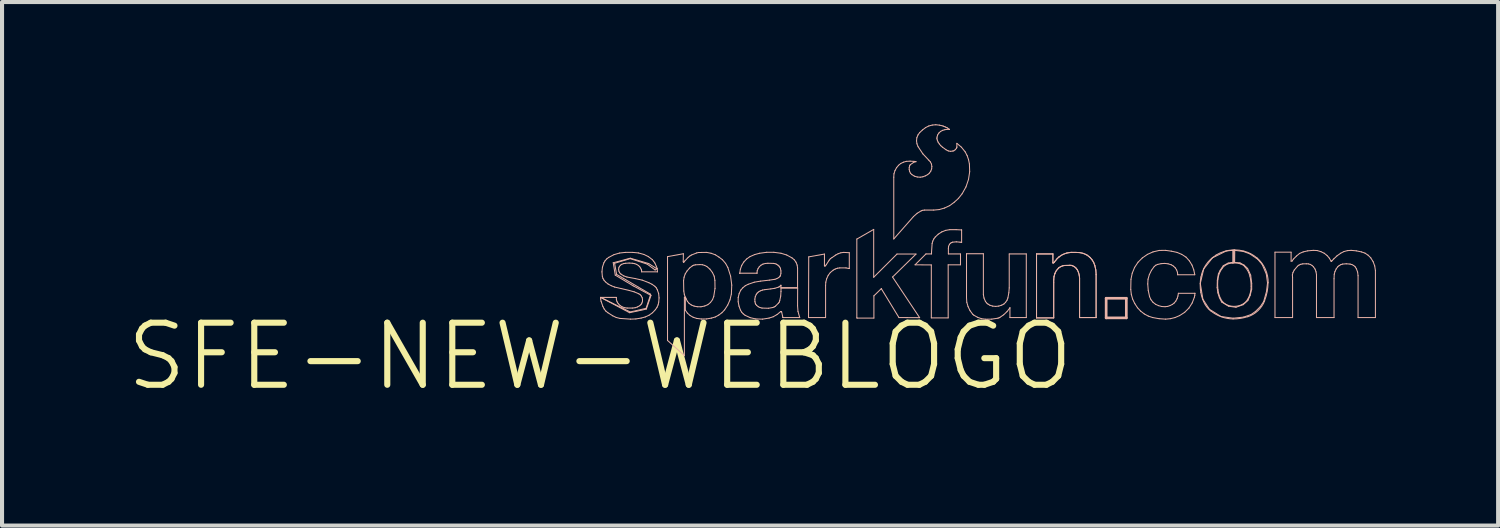
<source format=kicad_pcb>
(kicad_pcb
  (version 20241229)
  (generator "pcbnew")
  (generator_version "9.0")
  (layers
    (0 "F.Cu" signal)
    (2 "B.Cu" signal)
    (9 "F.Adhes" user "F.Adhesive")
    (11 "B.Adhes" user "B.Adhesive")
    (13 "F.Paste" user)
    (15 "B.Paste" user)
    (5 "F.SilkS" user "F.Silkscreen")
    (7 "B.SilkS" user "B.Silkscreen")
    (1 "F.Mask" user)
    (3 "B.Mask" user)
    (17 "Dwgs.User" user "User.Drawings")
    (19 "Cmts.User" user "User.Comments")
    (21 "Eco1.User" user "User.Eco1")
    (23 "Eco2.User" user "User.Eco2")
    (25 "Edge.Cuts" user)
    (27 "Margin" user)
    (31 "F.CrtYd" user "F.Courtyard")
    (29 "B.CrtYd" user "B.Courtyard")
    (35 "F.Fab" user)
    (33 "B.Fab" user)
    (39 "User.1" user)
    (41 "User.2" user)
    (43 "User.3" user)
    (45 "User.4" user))
  (footprint "SFE-NEW-WEBLOGO"
    (layer "F.Cu")
    (at 11.684 5.7)
    (property "Reference" "SFE-NEW-WEBLOGO" (at 0 0 0) (layer "F.SilkS") (effects (font (size 1.524 1.524) (thickness 0.15))))
    (attr exclude_from_pos_files exclude_from_bom)
    (fp_line (start 0.013 -1.448) (end 0.013 -1.41) (stroke (width 0.025) (type solid)) (layer "B.SilkS"))
    (fp_line (start 0.013 -1.448) (end 0.724 -1.072) (stroke (width 0.025) (type solid)) (layer "B.SilkS"))
    (fp_line (start 0.013 -1.41) (end 0.025 -1.351) (stroke (width 0.025) (type solid)) (layer "B.SilkS"))
    (fp_line (start 0.025 -1.351) (end 0.069 -1.224) (stroke (width 0.025) (type solid)) (layer "B.SilkS"))
    (fp_line (start 0.046 -2.075) (end 0.056 -1.961) (stroke (width 0.025) (type solid)) (layer "B.SilkS"))
    (fp_line (start 0.056 -1.961) (end 0.071 -1.913) (stroke (width 0.025) (type solid)) (layer "B.SilkS"))
    (fp_line (start 0.058 -2.189) (end 0.046 -2.075) (stroke (width 0.025) (type solid)) (layer "B.SilkS"))
    (fp_line (start 0.069 -1.224) (end 0.099 -1.166) (stroke (width 0.025) (type solid)) (layer "B.SilkS"))
    (fp_line (start 0.071 -1.913) (end 0.097 -1.869) (stroke (width 0.025) (type solid)) (layer "B.SilkS"))
    (fp_line (start 0.094 -2.299) (end 0.058 -2.189) (stroke (width 0.025) (type solid)) (layer "B.SilkS"))
    (fp_line (start 0.097 -1.869) (end 0.132 -1.829) (stroke (width 0.025) (type solid)) (layer "B.SilkS"))
    (fp_line (start 0.099 -1.166) (end 0.14 -1.113) (stroke (width 0.025) (type solid)) (layer "B.SilkS"))
    (fp_line (start 0.124 -2.349) (end 0.094 -2.299) (stroke (width 0.025) (type solid)) (layer "B.SilkS"))
    (fp_line (start 0.132 -1.829) (end 0.198 -1.775) (stroke (width 0.025) (type solid)) (layer "B.SilkS"))
    (fp_line (start 0.14 -1.113) (end 0.191 -1.072) (stroke (width 0.025) (type solid)) (layer "B.SilkS"))
    (fp_line (start 0.165 -2.395) (end 0.124 -2.349) (stroke (width 0.025) (type solid)) (layer "B.SilkS"))
    (fp_line (start 0.191 -1.072) (end 0.31 -0.996) (stroke (width 0.025) (type solid)) (layer "B.SilkS"))
    (fp_line (start 0.198 -1.775) (end 0.274 -1.735) (stroke (width 0.025) (type solid)) (layer "B.SilkS"))
    (fp_line (start 0.213 -2.431) (end 0.165 -2.395) (stroke (width 0.025) (type solid)) (layer "B.SilkS"))
    (fp_line (start 0.274 -1.735) (end 0.356 -1.702) (stroke (width 0.025) (type solid)) (layer "B.SilkS"))
    (fp_line (start 0.31 -0.996) (end 0.396 -0.955) (stroke (width 0.025) (type solid)) (layer "B.SilkS"))
    (fp_line (start 0.323 -2.299) (end 0.373 -1.994) (stroke (width 0.025) (type solid)) (layer "B.SilkS"))
    (fp_line (start 0.34 -2.497) (end 0.213 -2.431) (stroke (width 0.025) (type solid)) (layer "B.SilkS"))
    (fp_line (start 0.356 -2.286) (end 0.737 -2.4) (stroke (width 0.025) (type solid)) (layer "B.SilkS"))
    (fp_line (start 0.356 -1.702) (end 0.716 -1.618) (stroke (width 0.025) (type solid)) (layer "B.SilkS"))
    (fp_line (start 0.373 -1.994) (end 0.813 -1.732) (stroke (width 0.025) (type solid)) (layer "B.SilkS"))
    (fp_line (start 0.396 -0.955) (end 0.488 -0.932) (stroke (width 0.025) (type solid)) (layer "B.SilkS"))
    (fp_line (start 0.399 -1.448) (end 0.013 -1.448) (stroke (width 0.025) (type solid)) (layer "B.SilkS"))
    (fp_line (start 0.399 -1.44) (end 0.399 -1.448) (stroke (width 0.025) (type solid)) (layer "B.SilkS"))
    (fp_line (start 0.401 -1.389) (end 0.399 -1.44) (stroke (width 0.025) (type solid)) (layer "B.SilkS"))
    (fp_line (start 0.406 -2.012) (end 0.356 -2.286) (stroke (width 0.025) (type solid)) (layer "B.SilkS"))
    (fp_line (start 0.417 -1.341) (end 0.401 -1.389) (stroke (width 0.025) (type solid)) (layer "B.SilkS"))
    (fp_line (start 0.445 -1.295) (end 0.417 -1.341) (stroke (width 0.025) (type solid)) (layer "B.SilkS"))
    (fp_line (start 0.455 -2.134) (end 0.46 -2.174) (stroke (width 0.025) (type solid)) (layer "B.SilkS"))
    (fp_line (start 0.46 -2.174) (end 0.475 -2.21) (stroke (width 0.025) (type solid)) (layer "B.SilkS"))
    (fp_line (start 0.462 -2.093) (end 0.455 -2.134) (stroke (width 0.025) (type solid)) (layer "B.SilkS"))
    (fp_line (start 0.475 -2.21) (end 0.503 -2.24) (stroke (width 0.025) (type solid)) (layer "B.SilkS"))
    (fp_line (start 0.478 -2.537) (end 0.34 -2.497) (stroke (width 0.025) (type solid)) (layer "B.SilkS"))
    (fp_line (start 0.48 -2.052) (end 0.462 -2.093) (stroke (width 0.025) (type solid)) (layer "B.SilkS"))
    (fp_line (start 0.488 -0.932) (end 0.747 -0.914) (stroke (width 0.025) (type solid)) (layer "B.SilkS"))
    (fp_line (start 0.49 -1.25) (end 0.445 -1.295) (stroke (width 0.025) (type solid)) (layer "B.SilkS"))
    (fp_line (start 0.503 -2.24) (end 0.533 -2.261) (stroke (width 0.025) (type solid)) (layer "B.SilkS"))
    (fp_line (start 0.513 -2.019) (end 0.48 -2.052) (stroke (width 0.025) (type solid)) (layer "B.SilkS"))
    (fp_line (start 0.533 -2.261) (end 0.579 -2.278) (stroke (width 0.025) (type solid)) (layer "B.SilkS"))
    (fp_line (start 0.544 -1.214) (end 0.49 -1.25) (stroke (width 0.025) (type solid)) (layer "B.SilkS"))
    (fp_line (start 0.579 -2.278) (end 0.627 -2.286) (stroke (width 0.025) (type solid)) (layer "B.SilkS"))
    (fp_line (start 0.582 -1.976) (end 0.513 -2.019) (stroke (width 0.025) (type solid)) (layer "B.SilkS"))
    (fp_line (start 0.607 -1.194) (end 0.544 -1.214) (stroke (width 0.025) (type solid)) (layer "B.SilkS"))
    (fp_line (start 0.622 -2.553) (end 0.478 -2.537) (stroke (width 0.025) (type solid)) (layer "B.SilkS"))
    (fp_line (start 0.627 -2.286) (end 0.714 -2.291) (stroke (width 0.025) (type solid)) (layer "B.SilkS"))
    (fp_line (start 0.66 -1.948) (end 0.582 -1.976) (stroke (width 0.025) (type solid)) (layer "B.SilkS"))
    (fp_line (start 0.665 -1.186) (end 0.607 -1.194) (stroke (width 0.025) (type solid)) (layer "B.SilkS"))
    (fp_line (start 0.714 -2.291) (end 0.8 -2.286) (stroke (width 0.025) (type solid)) (layer "B.SilkS"))
    (fp_line (start 0.716 -1.618) (end 0.836 -1.585) (stroke (width 0.025) (type solid)) (layer "B.SilkS"))
    (fp_line (start 0.724 -1.072) (end 1.135 -1.161) (stroke (width 0.025) (type solid)) (layer "B.SilkS"))
    (fp_line (start 0.737 -2.4) (end 1.156 -2.266) (stroke (width 0.025) (type solid)) (layer "B.SilkS"))
    (fp_line (start 0.737 -1.09) (end 0.013 -1.448) (stroke (width 0.025) (type solid)) (layer "B.SilkS"))
    (fp_line (start 0.742 -2.41) (end 0.323 -2.299) (stroke (width 0.025) (type solid)) (layer "B.SilkS"))
    (fp_line (start 0.747 -0.914) (end 0.879 -0.919) (stroke (width 0.025) (type solid)) (layer "B.SilkS"))
    (fp_line (start 0.8 -2.553) (end 0.622 -2.553) (stroke (width 0.025) (type solid)) (layer "B.SilkS"))
    (fp_line (start 0.8 -2.286) (end 0.851 -2.276) (stroke (width 0.025) (type solid)) (layer "B.SilkS"))
    (fp_line (start 0.8 -1.186) (end 0.665 -1.186) (stroke (width 0.025) (type solid)) (layer "B.SilkS"))
    (fp_line (start 0.813 -1.732) (end 1.237 -1.504) (stroke (width 0.025) (type solid)) (layer "B.SilkS"))
    (fp_line (start 0.836 -1.585) (end 0.95 -1.537) (stroke (width 0.025) (type solid)) (layer "B.SilkS"))
    (fp_line (start 0.851 -2.276) (end 0.899 -2.258) (stroke (width 0.025) (type solid)) (layer "B.SilkS"))
    (fp_line (start 0.861 -1.194) (end 0.8 -1.186) (stroke (width 0.025) (type solid)) (layer "B.SilkS"))
    (fp_line (start 0.864 -1.91) (end 0.66 -1.948) (stroke (width 0.025) (type solid)) (layer "B.SilkS"))
    (fp_line (start 0.879 -0.919) (end 1.008 -0.94) (stroke (width 0.025) (type solid)) (layer "B.SilkS"))
    (fp_line (start 0.899 -2.258) (end 0.945 -2.228) (stroke (width 0.025) (type solid)) (layer "B.SilkS"))
    (fp_line (start 0.919 -1.214) (end 0.861 -1.194) (stroke (width 0.025) (type solid)) (layer "B.SilkS"))
    (fp_line (start 0.94 -2.54) (end 0.8 -2.553) (stroke (width 0.025) (type solid)) (layer "B.SilkS"))
    (fp_line (start 0.945 -2.228) (end 0.973 -2.2) (stroke (width 0.025) (type solid)) (layer "B.SilkS"))
    (fp_line (start 0.95 -1.537) (end 0.986 -1.514) (stroke (width 0.025) (type solid)) (layer "B.SilkS"))
    (fp_line (start 0.973 -2.2) (end 0.996 -2.167) (stroke (width 0.025) (type solid)) (layer "B.SilkS"))
    (fp_line (start 0.975 -1.245) (end 0.919 -1.214) (stroke (width 0.025) (type solid)) (layer "B.SilkS"))
    (fp_line (start 0.986 -1.514) (end 1.013 -1.481) (stroke (width 0.025) (type solid)) (layer "B.SilkS"))
    (fp_line (start 0.996 -2.167) (end 1.013 -2.131) (stroke (width 0.025) (type solid)) (layer "B.SilkS"))
    (fp_line (start 1.006 -1.275) (end 0.975 -1.245) (stroke (width 0.025) (type solid)) (layer "B.SilkS"))
    (fp_line (start 1.008 -0.94) (end 1.11 -0.968) (stroke (width 0.025) (type solid)) (layer "B.SilkS"))
    (fp_line (start 1.013 -2.131) (end 1.019 -2.103) (stroke (width 0.025) (type solid)) (layer "B.SilkS"))
    (fp_line (start 1.013 -1.481) (end 1.034 -1.44) (stroke (width 0.025) (type solid)) (layer "B.SilkS"))
    (fp_line (start 1.019 -2.103) (end 1.021 -2.075) (stroke (width 0.025) (type solid)) (layer "B.SilkS"))
    (fp_line (start 1.021 -2.075) (end 1.41 -2.075) (stroke (width 0.025) (type solid)) (layer "B.SilkS"))
    (fp_line (start 1.029 -1.313) (end 1.006 -1.275) (stroke (width 0.025) (type solid)) (layer "B.SilkS"))
    (fp_line (start 1.034 -1.872) (end 0.864 -1.91) (stroke (width 0.025) (type solid)) (layer "B.SilkS"))
    (fp_line (start 1.034 -1.44) (end 1.041 -1.4) (stroke (width 0.025) (type solid)) (layer "B.SilkS"))
    (fp_line (start 1.041 -1.4) (end 1.041 -1.356) (stroke (width 0.025) (type solid)) (layer "B.SilkS"))
    (fp_line (start 1.041 -1.356) (end 1.029 -1.313) (stroke (width 0.025) (type solid)) (layer "B.SilkS"))
    (fp_line (start 1.077 -2.502) (end 0.94 -2.54) (stroke (width 0.025) (type solid)) (layer "B.SilkS"))
    (fp_line (start 1.11 -0.968) (end 1.204 -1.011) (stroke (width 0.025) (type solid)) (layer "B.SilkS"))
    (fp_line (start 1.13 -1.179) (end 0.737 -1.09) (stroke (width 0.025) (type solid)) (layer "B.SilkS"))
    (fp_line (start 1.135 -1.161) (end 1.25 -1.496) (stroke (width 0.025) (type solid)) (layer "B.SilkS"))
    (fp_line (start 1.156 -2.266) (end 1.351 -2.121) (stroke (width 0.025) (type solid)) (layer "B.SilkS"))
    (fp_line (start 1.186 -2.449) (end 1.077 -2.502) (stroke (width 0.025) (type solid)) (layer "B.SilkS"))
    (fp_line (start 1.194 -2.278) (end 0.742 -2.41) (stroke (width 0.025) (type solid)) (layer "B.SilkS"))
    (fp_line (start 1.199 -1.808) (end 1.034 -1.872) (stroke (width 0.025) (type solid)) (layer "B.SilkS"))
    (fp_line (start 1.204 -1.011) (end 1.288 -1.072) (stroke (width 0.025) (type solid)) (layer "B.SilkS"))
    (fp_line (start 1.232 -1.529) (end 0.406 -2.012) (stroke (width 0.025) (type solid)) (layer "B.SilkS"))
    (fp_line (start 1.237 -1.504) (end 1.13 -1.179) (stroke (width 0.025) (type solid)) (layer "B.SilkS"))
    (fp_line (start 1.25 -1.496) (end 1.232 -1.529) (stroke (width 0.025) (type solid)) (layer "B.SilkS"))
    (fp_line (start 1.275 -1.77) (end 1.199 -1.808) (stroke (width 0.025) (type solid)) (layer "B.SilkS"))
    (fp_line (start 1.283 -2.375) (end 1.186 -2.449) (stroke (width 0.025) (type solid)) (layer "B.SilkS"))
    (fp_line (start 1.288 -1.072) (end 1.359 -1.148) (stroke (width 0.025) (type solid)) (layer "B.SilkS"))
    (fp_line (start 1.316 -2.334) (end 1.283 -2.375) (stroke (width 0.025) (type solid)) (layer "B.SilkS"))
    (fp_line (start 1.346 -2.291) (end 1.316 -2.334) (stroke (width 0.025) (type solid)) (layer "B.SilkS"))
    (fp_line (start 1.346 -1.72) (end 1.275 -1.77) (stroke (width 0.025) (type solid)) (layer "B.SilkS"))
    (fp_line (start 1.351 -2.121) (end 1.402 -2.156) (stroke (width 0.025) (type solid)) (layer "B.SilkS"))
    (fp_line (start 1.359 -1.148) (end 1.397 -1.204) (stroke (width 0.025) (type solid)) (layer "B.SilkS"))
    (fp_line (start 1.379 -1.684) (end 1.346 -1.72) (stroke (width 0.025) (type solid)) (layer "B.SilkS"))
    (fp_line (start 1.382 -2.21) (end 1.346 -2.291) (stroke (width 0.025) (type solid)) (layer "B.SilkS"))
    (fp_line (start 1.397 -1.204) (end 1.425 -1.265) (stroke (width 0.025) (type solid)) (layer "B.SilkS"))
    (fp_line (start 1.402 -2.156) (end 1.382 -2.21) (stroke (width 0.025) (type solid)) (layer "B.SilkS"))
    (fp_line (start 1.402 -2.146) (end 1.194 -2.278) (stroke (width 0.025) (type solid)) (layer "B.SilkS"))
    (fp_line (start 1.402 -1.643) (end 1.379 -1.684) (stroke (width 0.025) (type solid)) (layer "B.SilkS"))
    (fp_line (start 1.41 -2.075) (end 1.402 -2.146) (stroke (width 0.025) (type solid)) (layer "B.SilkS"))
    (fp_line (start 1.425 -1.265) (end 1.44 -1.333) (stroke (width 0.025) (type solid)) (layer "B.SilkS"))
    (fp_line (start 1.438 -1.542) (end 1.402 -1.643) (stroke (width 0.025) (type solid)) (layer "B.SilkS"))
    (fp_line (start 1.44 -1.333) (end 1.448 -1.435) (stroke (width 0.025) (type solid)) (layer "B.SilkS"))
    (fp_line (start 1.448 -1.435) (end 1.438 -1.542) (stroke (width 0.025) (type solid)) (layer "B.SilkS"))
    (fp_line (start 1.656 -2.449) (end 2.045 -2.52) (stroke (width 0.025) (type solid)) (layer "B.SilkS"))
    (fp_line (start 1.656 -0.391) (end 1.656 -2.449) (stroke (width 0.025) (type solid)) (layer "B.SilkS"))
    (fp_line (start 2.042 -2.322) (end 2.05 -2.311) (stroke (width 0.025) (type solid)) (layer "B.SilkS"))
    (fp_line (start 2.045 -2.52) (end 2.042 -2.322) (stroke (width 0.025) (type solid)) (layer "B.SilkS"))
    (fp_line (start 2.05 -2.311) (end 2.055 -2.311) (stroke (width 0.025) (type solid)) (layer "B.SilkS"))
    (fp_line (start 2.05 -1.859) (end 2.055 -1.605) (stroke (width 0.025) (type solid)) (layer "B.SilkS"))
    (fp_line (start 2.055 -2.311) (end 2.075 -2.337) (stroke (width 0.025) (type solid)) (layer "B.SilkS"))
    (fp_line (start 2.055 -1.605) (end 2.068 -1.524) (stroke (width 0.025) (type solid)) (layer "B.SilkS"))
    (fp_line (start 2.062 -1.943) (end 2.05 -1.859) (stroke (width 0.025) (type solid)) (layer "B.SilkS"))
    (fp_line (start 2.068 -1.524) (end 2.088 -1.458) (stroke (width 0.025) (type solid)) (layer "B.SilkS"))
    (fp_line (start 2.07 -1.448) (end 2.07 -0.018) (stroke (width 0.025) (type solid)) (layer "B.SilkS"))
    (fp_line (start 2.07 -0.018) (end 1.656 -0.391) (stroke (width 0.025) (type solid)) (layer "B.SilkS"))
    (fp_line (start 2.075 -2.337) (end 2.164 -2.431) (stroke (width 0.025) (type solid)) (layer "B.SilkS"))
    (fp_line (start 2.083 -1.448) (end 2.07 -1.448) (stroke (width 0.025) (type solid)) (layer "B.SilkS"))
    (fp_line (start 2.085 -1.448) (end 2.083 -1.448) (stroke (width 0.025) (type solid)) (layer "B.SilkS"))
    (fp_line (start 2.088 -1.458) (end 2.09 -1.453) (stroke (width 0.025) (type solid)) (layer "B.SilkS"))
    (fp_line (start 2.088 -1.45) (end 2.085 -1.448) (stroke (width 0.025) (type solid)) (layer "B.SilkS"))
    (fp_line (start 2.09 -2.024) (end 2.062 -1.943) (stroke (width 0.025) (type solid)) (layer "B.SilkS"))
    (fp_line (start 2.09 -1.453) (end 2.088 -1.45) (stroke (width 0.025) (type solid)) (layer "B.SilkS"))
    (fp_line (start 2.093 -1.433) (end 2.101 -1.44) (stroke (width 0.025) (type solid)) (layer "B.SilkS"))
    (fp_line (start 2.093 -1.135) (end 2.093 -1.433) (stroke (width 0.025) (type solid)) (layer "B.SilkS"))
    (fp_line (start 2.101 -1.44) (end 2.101 -1.435) (stroke (width 0.025) (type solid)) (layer "B.SilkS"))
    (fp_line (start 2.101 -1.435) (end 2.101 -1.425) (stroke (width 0.025) (type solid)) (layer "B.SilkS"))
    (fp_line (start 2.101 -1.425) (end 2.108 -1.415) (stroke (width 0.025) (type solid)) (layer "B.SilkS"))
    (fp_line (start 2.108 -1.415) (end 2.113 -1.41) (stroke (width 0.025) (type solid)) (layer "B.SilkS"))
    (fp_line (start 2.113 -1.41) (end 2.144 -1.351) (stroke (width 0.025) (type solid)) (layer "B.SilkS"))
    (fp_line (start 2.134 -2.095) (end 2.09 -2.024) (stroke (width 0.025) (type solid)) (layer "B.SilkS"))
    (fp_line (start 2.144 -1.351) (end 2.187 -1.3) (stroke (width 0.025) (type solid)) (layer "B.SilkS"))
    (fp_line (start 2.144 -1.062) (end 2.093 -1.135) (stroke (width 0.025) (type solid)) (layer "B.SilkS"))
    (fp_line (start 2.164 -2.431) (end 2.2 -2.461) (stroke (width 0.025) (type solid)) (layer "B.SilkS"))
    (fp_line (start 2.187 -1.3) (end 2.24 -1.262) (stroke (width 0.025) (type solid)) (layer "B.SilkS"))
    (fp_line (start 2.195 -2.167) (end 2.134 -2.095) (stroke (width 0.025) (type solid)) (layer "B.SilkS"))
    (fp_line (start 2.2 -2.461) (end 2.24 -2.487) (stroke (width 0.025) (type solid)) (layer "B.SilkS"))
    (fp_line (start 2.21 -1.003) (end 2.144 -1.062) (stroke (width 0.025) (type solid)) (layer "B.SilkS"))
    (fp_line (start 2.24 -2.487) (end 2.372 -2.54) (stroke (width 0.025) (type solid)) (layer "B.SilkS"))
    (fp_line (start 2.24 -1.262) (end 2.309 -1.234) (stroke (width 0.025) (type solid)) (layer "B.SilkS"))
    (fp_line (start 2.266 -2.223) (end 2.195 -2.167) (stroke (width 0.025) (type solid)) (layer "B.SilkS"))
    (fp_line (start 2.286 -0.96) (end 2.21 -1.003) (stroke (width 0.025) (type solid)) (layer "B.SilkS"))
    (fp_line (start 2.304 -2.24) (end 2.266 -2.223) (stroke (width 0.025) (type solid)) (layer "B.SilkS"))
    (fp_line (start 2.309 -1.234) (end 2.385 -1.219) (stroke (width 0.025) (type solid)) (layer "B.SilkS"))
    (fp_line (start 2.342 -2.248) (end 2.304 -2.24) (stroke (width 0.025) (type solid)) (layer "B.SilkS"))
    (fp_line (start 2.372 -2.54) (end 2.418 -2.55) (stroke (width 0.025) (type solid)) (layer "B.SilkS"))
    (fp_line (start 2.372 -0.932) (end 2.286 -0.96) (stroke (width 0.025) (type solid)) (layer "B.SilkS"))
    (fp_line (start 2.385 -1.219) (end 2.477 -1.217) (stroke (width 0.025) (type solid)) (layer "B.SilkS"))
    (fp_line (start 2.418 -2.55) (end 2.616 -2.553) (stroke (width 0.025) (type solid)) (layer "B.SilkS"))
    (fp_line (start 2.451 -2.253) (end 2.342 -2.248) (stroke (width 0.025) (type solid)) (layer "B.SilkS"))
    (fp_line (start 2.477 -1.217) (end 2.57 -1.237) (stroke (width 0.025) (type solid)) (layer "B.SilkS"))
    (fp_line (start 2.492 -0.917) (end 2.372 -0.932) (stroke (width 0.025) (type solid)) (layer "B.SilkS"))
    (fp_line (start 2.512 -2.25) (end 2.451 -2.253) (stroke (width 0.025) (type solid)) (layer "B.SilkS"))
    (fp_line (start 2.568 -2.233) (end 2.512 -2.25) (stroke (width 0.025) (type solid)) (layer "B.SilkS"))
    (fp_line (start 2.57 -1.237) (end 2.647 -1.27) (stroke (width 0.025) (type solid)) (layer "B.SilkS"))
    (fp_line (start 2.616 -2.553) (end 2.725 -2.532) (stroke (width 0.025) (type solid)) (layer "B.SilkS"))
    (fp_line (start 2.616 -0.919) (end 2.492 -0.917) (stroke (width 0.025) (type solid)) (layer "B.SilkS"))
    (fp_line (start 2.621 -2.207) (end 2.568 -2.233) (stroke (width 0.025) (type solid)) (layer "B.SilkS"))
    (fp_line (start 2.647 -1.27) (end 2.71 -1.323) (stroke (width 0.025) (type solid)) (layer "B.SilkS"))
    (fp_line (start 2.697 -2.141) (end 2.621 -2.207) (stroke (width 0.025) (type solid)) (layer "B.SilkS"))
    (fp_line (start 2.71 -1.323) (end 2.761 -1.392) (stroke (width 0.025) (type solid)) (layer "B.SilkS"))
    (fp_line (start 2.725 -2.532) (end 2.83 -2.494) (stroke (width 0.025) (type solid)) (layer "B.SilkS"))
    (fp_line (start 2.736 -0.94) (end 2.616 -0.919) (stroke (width 0.025) (type solid)) (layer "B.SilkS"))
    (fp_line (start 2.758 -2.06) (end 2.697 -2.141) (stroke (width 0.025) (type solid)) (layer "B.SilkS"))
    (fp_line (start 2.761 -1.392) (end 2.791 -1.473) (stroke (width 0.025) (type solid)) (layer "B.SilkS"))
    (fp_line (start 2.791 -1.473) (end 2.822 -1.669) (stroke (width 0.025) (type solid)) (layer "B.SilkS"))
    (fp_line (start 2.802 -1.968) (end 2.758 -2.06) (stroke (width 0.025) (type solid)) (layer "B.SilkS"))
    (fp_line (start 2.819 -1.867) (end 2.802 -1.968) (stroke (width 0.025) (type solid)) (layer "B.SilkS"))
    (fp_line (start 2.822 -1.669) (end 2.819 -1.867) (stroke (width 0.025) (type solid)) (layer "B.SilkS"))
    (fp_line (start 2.83 -2.494) (end 2.918 -2.438) (stroke (width 0.025) (type solid)) (layer "B.SilkS"))
    (fp_line (start 2.83 -0.968) (end 2.736 -0.94) (stroke (width 0.025) (type solid)) (layer "B.SilkS"))
    (fp_line (start 2.913 -1.013) (end 2.83 -0.968) (stroke (width 0.025) (type solid)) (layer "B.SilkS"))
    (fp_line (start 2.918 -2.438) (end 3.002 -2.375) (stroke (width 0.025) (type solid)) (layer "B.SilkS"))
    (fp_line (start 2.992 -1.072) (end 2.913 -1.013) (stroke (width 0.025) (type solid)) (layer "B.SilkS"))
    (fp_line (start 3.002 -2.375) (end 3.081 -2.283) (stroke (width 0.025) (type solid)) (layer "B.SilkS"))
    (fp_line (start 3.058 -1.143) (end 2.992 -1.072) (stroke (width 0.025) (type solid)) (layer "B.SilkS"))
    (fp_line (start 3.081 -2.283) (end 3.137 -2.182) (stroke (width 0.025) (type solid)) (layer "B.SilkS"))
    (fp_line (start 3.134 -1.26) (end 3.058 -1.143) (stroke (width 0.025) (type solid)) (layer "B.SilkS"))
    (fp_line (start 3.137 -2.182) (end 3.205 -1.968) (stroke (width 0.025) (type solid)) (layer "B.SilkS"))
    (fp_line (start 3.19 -1.389) (end 3.134 -1.26) (stroke (width 0.025) (type solid)) (layer "B.SilkS"))
    (fp_line (start 3.205 -1.968) (end 3.233 -1.75) (stroke (width 0.025) (type solid)) (layer "B.SilkS"))
    (fp_line (start 3.223 -1.529) (end 3.19 -1.389) (stroke (width 0.025) (type solid)) (layer "B.SilkS"))
    (fp_line (start 3.233 -1.75) (end 3.223 -1.529) (stroke (width 0.025) (type solid)) (layer "B.SilkS"))
    (fp_line (start 3.391 -1.445) (end 3.391 -1.339) (stroke (width 0.025) (type solid)) (layer "B.SilkS"))
    (fp_line (start 3.391 -1.339) (end 3.411 -1.234) (stroke (width 0.025) (type solid)) (layer "B.SilkS"))
    (fp_line (start 3.411 -1.234) (end 3.447 -1.135) (stroke (width 0.025) (type solid)) (layer "B.SilkS"))
    (fp_line (start 3.414 -1.539) (end 3.391 -1.445) (stroke (width 0.025) (type solid)) (layer "B.SilkS"))
    (fp_line (start 3.429 -2.042) (end 3.853 -2.042) (stroke (width 0.025) (type solid)) (layer "B.SilkS"))
    (fp_line (start 3.429 -2.037) (end 3.429 -2.042) (stroke (width 0.025) (type solid)) (layer "B.SilkS"))
    (fp_line (start 3.444 -2.136) (end 3.429 -2.037) (stroke (width 0.025) (type solid)) (layer "B.SilkS"))
    (fp_line (start 3.447 -1.135) (end 3.477 -1.085) (stroke (width 0.025) (type solid)) (layer "B.SilkS"))
    (fp_line (start 3.454 -1.626) (end 3.414 -1.539) (stroke (width 0.025) (type solid)) (layer "B.SilkS"))
    (fp_line (start 3.477 -2.233) (end 3.444 -2.136) (stroke (width 0.025) (type solid)) (layer "B.SilkS"))
    (fp_line (start 3.477 -1.085) (end 3.515 -1.044) (stroke (width 0.025) (type solid)) (layer "B.SilkS"))
    (fp_line (start 3.505 -1.684) (end 3.454 -1.626) (stroke (width 0.025) (type solid)) (layer "B.SilkS"))
    (fp_line (start 3.515 -1.044) (end 3.561 -1.008) (stroke (width 0.025) (type solid)) (layer "B.SilkS"))
    (fp_line (start 3.528 -2.316) (end 3.477 -2.233) (stroke (width 0.025) (type solid)) (layer "B.SilkS"))
    (fp_line (start 3.561 -1.008) (end 3.686 -0.95) (stroke (width 0.025) (type solid)) (layer "B.SilkS"))
    (fp_line (start 3.566 -1.735) (end 3.505 -1.684) (stroke (width 0.025) (type solid)) (layer "B.SilkS"))
    (fp_line (start 3.597 -2.39) (end 3.528 -2.316) (stroke (width 0.025) (type solid)) (layer "B.SilkS"))
    (fp_line (start 3.637 -1.77) (end 3.566 -1.735) (stroke (width 0.025) (type solid)) (layer "B.SilkS"))
    (fp_line (start 3.68 -2.449) (end 3.597 -2.39) (stroke (width 0.025) (type solid)) (layer "B.SilkS"))
    (fp_line (start 3.686 -0.95) (end 3.823 -0.919) (stroke (width 0.025) (type solid)) (layer "B.SilkS"))
    (fp_line (start 3.785 -1.821) (end 3.637 -1.77) (stroke (width 0.025) (type solid)) (layer "B.SilkS"))
    (fp_line (start 3.795 -2.499) (end 3.68 -2.449) (stroke (width 0.025) (type solid)) (layer "B.SilkS"))
    (fp_line (start 3.8 -1.405) (end 3.81 -1.463) (stroke (width 0.025) (type solid)) (layer "B.SilkS"))
    (fp_line (start 3.802 -1.344) (end 3.8 -1.405) (stroke (width 0.025) (type solid)) (layer "B.SilkS"))
    (fp_line (start 3.81 -1.463) (end 3.835 -1.521) (stroke (width 0.025) (type solid)) (layer "B.SilkS"))
    (fp_line (start 3.81 -1.308) (end 3.802 -1.344) (stroke (width 0.025) (type solid)) (layer "B.SilkS"))
    (fp_line (start 3.823 -1.278) (end 3.81 -1.308) (stroke (width 0.025) (type solid)) (layer "B.SilkS"))
    (fp_line (start 3.823 -0.919) (end 3.988 -0.914) (stroke (width 0.025) (type solid)) (layer "B.SilkS"))
    (fp_line (start 3.835 -1.521) (end 3.856 -1.552) (stroke (width 0.025) (type solid)) (layer "B.SilkS"))
    (fp_line (start 3.846 -1.25) (end 3.823 -1.278) (stroke (width 0.025) (type solid)) (layer "B.SilkS"))
    (fp_line (start 3.853 -2.045) (end 3.858 -2.101) (stroke (width 0.025) (type solid)) (layer "B.SilkS"))
    (fp_line (start 3.853 -2.042) (end 3.853 -2.045) (stroke (width 0.025) (type solid)) (layer "B.SilkS"))
    (fp_line (start 3.856 -1.552) (end 3.886 -1.58) (stroke (width 0.025) (type solid)) (layer "B.SilkS"))
    (fp_line (start 3.858 -2.101) (end 3.879 -2.154) (stroke (width 0.025) (type solid)) (layer "B.SilkS"))
    (fp_line (start 3.879 -2.154) (end 3.909 -2.2) (stroke (width 0.025) (type solid)) (layer "B.SilkS"))
    (fp_line (start 3.884 -1.219) (end 3.846 -1.25) (stroke (width 0.025) (type solid)) (layer "B.SilkS"))
    (fp_line (start 3.886 -1.58) (end 3.934 -1.608) (stroke (width 0.025) (type solid)) (layer "B.SilkS"))
    (fp_line (start 3.909 -2.2) (end 3.95 -2.238) (stroke (width 0.025) (type solid)) (layer "B.SilkS"))
    (fp_line (start 3.917 -2.532) (end 3.795 -2.499) (stroke (width 0.025) (type solid)) (layer "B.SilkS"))
    (fp_line (start 3.927 -1.199) (end 3.884 -1.219) (stroke (width 0.025) (type solid)) (layer "B.SilkS"))
    (fp_line (start 3.934 -1.608) (end 3.988 -1.628) (stroke (width 0.025) (type solid)) (layer "B.SilkS"))
    (fp_line (start 3.937 -1.847) (end 3.785 -1.821) (stroke (width 0.025) (type solid)) (layer "B.SilkS"))
    (fp_line (start 3.95 -2.238) (end 4 -2.266) (stroke (width 0.025) (type solid)) (layer "B.SilkS"))
    (fp_line (start 3.975 -1.186) (end 3.927 -1.199) (stroke (width 0.025) (type solid)) (layer "B.SilkS"))
    (fp_line (start 3.988 -1.628) (end 4.044 -1.638) (stroke (width 0.025) (type solid)) (layer "B.SilkS"))
    (fp_line (start 3.988 -0.914) (end 4.15 -0.94) (stroke (width 0.025) (type solid)) (layer "B.SilkS"))
    (fp_line (start 4 -2.266) (end 4.059 -2.281) (stroke (width 0.025) (type solid)) (layer "B.SilkS"))
    (fp_line (start 4.044 -1.638) (end 4.191 -1.656) (stroke (width 0.025) (type solid)) (layer "B.SilkS"))
    (fp_line (start 4.059 -2.281) (end 4.12 -2.286) (stroke (width 0.025) (type solid)) (layer "B.SilkS"))
    (fp_line (start 4.092 -2.555) (end 3.917 -2.532) (stroke (width 0.025) (type solid)) (layer "B.SilkS"))
    (fp_line (start 4.12 -2.286) (end 4.255 -2.283) (stroke (width 0.025) (type solid)) (layer "B.SilkS"))
    (fp_line (start 4.133 -1.181) (end 3.975 -1.186) (stroke (width 0.025) (type solid)) (layer "B.SilkS"))
    (fp_line (start 4.15 -0.94) (end 4.252 -0.973) (stroke (width 0.025) (type solid)) (layer "B.SilkS"))
    (fp_line (start 4.158 -1.872) (end 3.937 -1.847) (stroke (width 0.025) (type solid)) (layer "B.SilkS"))
    (fp_line (start 4.191 -1.656) (end 4.29 -1.671) (stroke (width 0.025) (type solid)) (layer "B.SilkS"))
    (fp_line (start 4.239 -1.199) (end 4.133 -1.181) (stroke (width 0.025) (type solid)) (layer "B.SilkS"))
    (fp_line (start 4.252 -0.973) (end 4.348 -1.029) (stroke (width 0.025) (type solid)) (layer "B.SilkS"))
    (fp_line (start 4.255 -2.283) (end 4.295 -2.276) (stroke (width 0.025) (type solid)) (layer "B.SilkS"))
    (fp_line (start 4.267 -2.555) (end 4.092 -2.555) (stroke (width 0.025) (type solid)) (layer "B.SilkS"))
    (fp_line (start 4.272 -1.212) (end 4.239 -1.199) (stroke (width 0.025) (type solid)) (layer "B.SilkS"))
    (fp_line (start 4.29 -1.671) (end 4.387 -1.702) (stroke (width 0.025) (type solid)) (layer "B.SilkS"))
    (fp_line (start 4.293 -1.892) (end 4.158 -1.872) (stroke (width 0.025) (type solid)) (layer "B.SilkS"))
    (fp_line (start 4.295 -2.276) (end 4.331 -2.263) (stroke (width 0.025) (type solid)) (layer "B.SilkS"))
    (fp_line (start 4.305 -1.232) (end 4.272 -1.212) (stroke (width 0.025) (type solid)) (layer "B.SilkS"))
    (fp_line (start 4.331 -2.263) (end 4.366 -2.24) (stroke (width 0.025) (type solid)) (layer "B.SilkS"))
    (fp_line (start 4.341 -1.91) (end 4.293 -1.892) (stroke (width 0.025) (type solid)) (layer "B.SilkS"))
    (fp_line (start 4.348 -1.029) (end 4.43 -1.097) (stroke (width 0.025) (type solid)) (layer "B.SilkS"))
    (fp_line (start 4.366 -2.24) (end 4.392 -2.217) (stroke (width 0.025) (type solid)) (layer "B.SilkS"))
    (fp_line (start 4.379 -1.306) (end 4.305 -1.232) (stroke (width 0.025) (type solid)) (layer "B.SilkS"))
    (fp_line (start 4.387 -1.935) (end 4.341 -1.91) (stroke (width 0.025) (type solid)) (layer "B.SilkS"))
    (fp_line (start 4.387 -1.702) (end 4.407 -1.712) (stroke (width 0.025) (type solid)) (layer "B.SilkS"))
    (fp_line (start 4.392 -2.217) (end 4.415 -2.187) (stroke (width 0.025) (type solid)) (layer "B.SilkS"))
    (fp_line (start 4.397 -1.328) (end 4.379 -1.306) (stroke (width 0.025) (type solid)) (layer "B.SilkS"))
    (fp_line (start 4.407 -1.712) (end 4.422 -1.727) (stroke (width 0.025) (type solid)) (layer "B.SilkS"))
    (fp_line (start 4.407 -1.356) (end 4.397 -1.328) (stroke (width 0.025) (type solid)) (layer "B.SilkS"))
    (fp_line (start 4.412 -1.372) (end 4.407 -1.356) (stroke (width 0.025) (type solid)) (layer "B.SilkS"))
    (fp_line (start 4.415 -2.187) (end 4.43 -2.151) (stroke (width 0.025) (type solid)) (layer "B.SilkS"))
    (fp_line (start 4.417 -1.966) (end 4.387 -1.935) (stroke (width 0.025) (type solid)) (layer "B.SilkS"))
    (fp_line (start 4.422 -1.976) (end 4.417 -1.966) (stroke (width 0.025) (type solid)) (layer "B.SilkS"))
    (fp_line (start 4.422 -1.727) (end 4.437 -1.745) (stroke (width 0.025) (type solid)) (layer "B.SilkS"))
    (fp_line (start 4.43 -2.151) (end 4.44 -2.098) (stroke (width 0.025) (type solid)) (layer "B.SilkS"))
    (fp_line (start 4.43 -1.986) (end 4.422 -1.976) (stroke (width 0.025) (type solid)) (layer "B.SilkS"))
    (fp_line (start 4.43 -1.097) (end 4.437 -1.102) (stroke (width 0.025) (type solid)) (layer "B.SilkS"))
    (fp_line (start 4.435 -1.481) (end 4.412 -1.372) (stroke (width 0.025) (type solid)) (layer "B.SilkS"))
    (fp_line (start 4.437 -1.745) (end 4.442 -1.745) (stroke (width 0.025) (type solid)) (layer "B.SilkS"))
    (fp_line (start 4.437 -1.102) (end 4.442 -1.102) (stroke (width 0.025) (type solid)) (layer "B.SilkS"))
    (fp_line (start 4.44 -2.098) (end 4.44 -2.042) (stroke (width 0.025) (type solid)) (layer "B.SilkS"))
    (fp_line (start 4.44 -2.042) (end 4.43 -1.986) (stroke (width 0.025) (type solid)) (layer "B.SilkS"))
    (fp_line (start 4.442 -2.532) (end 4.267 -2.555) (stroke (width 0.025) (type solid)) (layer "B.SilkS"))
    (fp_line (start 4.442 -1.745) (end 4.442 -1.687) (stroke (width 0.025) (type solid)) (layer "B.SilkS"))
    (fp_line (start 4.442 -1.687) (end 4.849 -1.687) (stroke (width 0.025) (type solid)) (layer "B.SilkS"))
    (fp_line (start 4.442 -1.676) (end 4.442 -1.593) (stroke (width 0.025) (type solid)) (layer "B.SilkS"))
    (fp_line (start 4.442 -1.593) (end 4.435 -1.481) (stroke (width 0.025) (type solid)) (layer "B.SilkS"))
    (fp_line (start 4.442 -1.102) (end 4.45 -1.102) (stroke (width 0.025) (type solid)) (layer "B.SilkS"))
    (fp_line (start 4.45 -1.102) (end 4.453 -1.097) (stroke (width 0.025) (type solid)) (layer "B.SilkS"))
    (fp_line (start 4.453 -1.097) (end 4.458 -1.09) (stroke (width 0.025) (type solid)) (layer "B.SilkS"))
    (fp_line (start 4.458 -1.09) (end 4.481 -0.988) (stroke (width 0.025) (type solid)) (layer "B.SilkS"))
    (fp_line (start 4.481 -0.988) (end 4.488 -0.958) (stroke (width 0.025) (type solid)) (layer "B.SilkS"))
    (fp_line (start 4.488 -0.958) (end 4.488 -0.955) (stroke (width 0.025) (type solid)) (layer "B.SilkS"))
    (fp_line (start 4.488 -0.955) (end 4.493 -0.953) (stroke (width 0.025) (type solid)) (layer "B.SilkS"))
    (fp_line (start 4.493 -0.953) (end 4.496 -0.953) (stroke (width 0.025) (type solid)) (layer "B.SilkS"))
    (fp_line (start 4.496 -0.953) (end 4.902 -0.953) (stroke (width 0.025) (type solid)) (layer "B.SilkS"))
    (fp_line (start 4.582 -2.489) (end 4.442 -2.532) (stroke (width 0.025) (type solid)) (layer "B.SilkS"))
    (fp_line (start 4.712 -2.418) (end 4.582 -2.489) (stroke (width 0.025) (type solid)) (layer "B.SilkS"))
    (fp_line (start 4.77 -2.37) (end 4.712 -2.418) (stroke (width 0.025) (type solid)) (layer "B.SilkS"))
    (fp_line (start 4.811 -2.311) (end 4.77 -2.37) (stroke (width 0.025) (type solid)) (layer "B.SilkS"))
    (fp_line (start 4.839 -2.24) (end 4.811 -2.311) (stroke (width 0.025) (type solid)) (layer "B.SilkS"))
    (fp_line (start 4.849 -2.169) (end 4.839 -2.24) (stroke (width 0.025) (type solid)) (layer "B.SilkS"))
    (fp_line (start 4.849 -1.687) (end 4.849 -2.169) (stroke (width 0.025) (type solid)) (layer "B.SilkS"))
    (fp_line (start 4.849 -1.242) (end 4.851 -1.676) (stroke (width 0.025) (type solid)) (layer "B.SilkS"))
    (fp_line (start 4.851 -1.676) (end 4.442 -1.676) (stroke (width 0.025) (type solid)) (layer "B.SilkS"))
    (fp_line (start 4.859 -1.105) (end 4.849 -1.242) (stroke (width 0.025) (type solid)) (layer "B.SilkS"))
    (fp_line (start 4.895 -0.975) (end 4.859 -1.105) (stroke (width 0.025) (type solid)) (layer "B.SilkS"))
    (fp_line (start 4.902 -0.953) (end 4.895 -0.975) (stroke (width 0.025) (type solid)) (layer "B.SilkS"))
    (fp_line (start 5.118 -0.953) (end 5.123 -2.443) (stroke (width 0.025) (type solid)) (layer "B.SilkS"))
    (fp_line (start 5.123 -2.443) (end 5.509 -2.512) (stroke (width 0.025) (type solid)) (layer "B.SilkS"))
    (fp_line (start 5.509 -2.512) (end 5.509 -2.223) (stroke (width 0.025) (type solid)) (layer "B.SilkS"))
    (fp_line (start 5.509 -2.223) (end 5.517 -2.22) (stroke (width 0.025) (type solid)) (layer "B.SilkS"))
    (fp_line (start 5.517 -2.22) (end 5.535 -2.223) (stroke (width 0.025) (type solid)) (layer "B.SilkS"))
    (fp_line (start 5.535 -2.223) (end 5.555 -2.253) (stroke (width 0.025) (type solid)) (layer "B.SilkS"))
    (fp_line (start 5.537 -1.737) (end 5.537 -0.953) (stroke (width 0.025) (type solid)) (layer "B.SilkS"))
    (fp_line (start 5.537 -0.953) (end 5.118 -0.953) (stroke (width 0.025) (type solid)) (layer "B.SilkS"))
    (fp_line (start 5.542 -1.821) (end 5.537 -1.737) (stroke (width 0.025) (type solid)) (layer "B.SilkS"))
    (fp_line (start 5.555 -2.253) (end 5.624 -2.36) (stroke (width 0.025) (type solid)) (layer "B.SilkS"))
    (fp_line (start 5.563 -1.905) (end 5.542 -1.821) (stroke (width 0.025) (type solid)) (layer "B.SilkS"))
    (fp_line (start 5.601 -1.989) (end 5.563 -1.905) (stroke (width 0.025) (type solid)) (layer "B.SilkS"))
    (fp_line (start 5.624 -2.36) (end 5.654 -2.398) (stroke (width 0.025) (type solid)) (layer "B.SilkS"))
    (fp_line (start 5.654 -2.398) (end 5.695 -2.426) (stroke (width 0.025) (type solid)) (layer "B.SilkS"))
    (fp_line (start 5.654 -2.06) (end 5.601 -1.989) (stroke (width 0.025) (type solid)) (layer "B.SilkS"))
    (fp_line (start 5.695 -2.426) (end 5.784 -2.487) (stroke (width 0.025) (type solid)) (layer "B.SilkS"))
    (fp_line (start 5.725 -2.118) (end 5.654 -2.06) (stroke (width 0.025) (type solid)) (layer "B.SilkS"))
    (fp_line (start 5.773 -2.144) (end 5.725 -2.118) (stroke (width 0.025) (type solid)) (layer "B.SilkS"))
    (fp_line (start 5.784 -2.487) (end 5.845 -2.52) (stroke (width 0.025) (type solid)) (layer "B.SilkS"))
    (fp_line (start 5.827 -2.164) (end 5.773 -2.144) (stroke (width 0.025) (type solid)) (layer "B.SilkS"))
    (fp_line (start 5.845 -2.52) (end 5.911 -2.543) (stroke (width 0.025) (type solid)) (layer "B.SilkS"))
    (fp_line (start 5.885 -2.172) (end 5.827 -2.164) (stroke (width 0.025) (type solid)) (layer "B.SilkS"))
    (fp_line (start 5.911 -2.543) (end 5.982 -2.553) (stroke (width 0.025) (type solid)) (layer "B.SilkS"))
    (fp_line (start 5.982 -2.553) (end 6.119 -2.545) (stroke (width 0.025) (type solid)) (layer "B.SilkS"))
    (fp_line (start 6.038 -2.172) (end 5.885 -2.172) (stroke (width 0.025) (type solid)) (layer "B.SilkS"))
    (fp_line (start 6.101 -2.159) (end 6.038 -2.172) (stroke (width 0.025) (type solid)) (layer "B.SilkS"))
    (fp_line (start 6.114 -2.159) (end 6.101 -2.159) (stroke (width 0.025) (type solid)) (layer "B.SilkS"))
    (fp_line (start 6.119 -2.545) (end 6.119 -2.159) (stroke (width 0.025) (type solid)) (layer "B.SilkS"))
    (fp_line (start 6.119 -2.159) (end 6.114 -2.159) (stroke (width 0.025) (type solid)) (layer "B.SilkS"))
    (fp_line (start 6.304 -2.88) (end 6.718 -3.117) (stroke (width 0.025) (type solid)) (layer "B.SilkS"))
    (fp_line (start 6.304 -0.945) (end 6.304 -2.88) (stroke (width 0.025) (type solid)) (layer "B.SilkS"))
    (fp_line (start 6.312 -0.94) (end 6.304 -0.945) (stroke (width 0.025) (type solid)) (layer "B.SilkS"))
    (fp_line (start 6.718 -3.117) (end 6.718 -1.943) (stroke (width 0.025) (type solid)) (layer "B.SilkS"))
    (fp_line (start 6.718 -1.943) (end 7.29 -2.512) (stroke (width 0.025) (type solid)) (layer "B.SilkS"))
    (fp_line (start 6.723 -1.486) (end 6.723 -0.94) (stroke (width 0.025) (type solid)) (layer "B.SilkS"))
    (fp_line (start 6.723 -0.94) (end 6.312 -0.94) (stroke (width 0.025) (type solid)) (layer "B.SilkS"))
    (fp_line (start 6.906 -1.664) (end 6.723 -1.486) (stroke (width 0.025) (type solid)) (layer "B.SilkS"))
    (fp_line (start 6.909 -1.656) (end 6.906 -1.664) (stroke (width 0.025) (type solid)) (layer "B.SilkS"))
    (fp_line (start 7.181 -1.948) (end 7.846 -0.95) (stroke (width 0.025) (type solid)) (layer "B.SilkS"))
    (fp_line (start 7.211 -4.399) (end 7.211 -2.883) (stroke (width 0.025) (type solid)) (layer "B.SilkS"))
    (fp_line (start 7.211 -2.883) (end 7.696 -3.434) (stroke (width 0.025) (type solid)) (layer "B.SilkS"))
    (fp_line (start 7.216 -4.483) (end 7.211 -4.399) (stroke (width 0.025) (type solid)) (layer "B.SilkS"))
    (fp_line (start 7.242 -4.564) (end 7.216 -4.483) (stroke (width 0.025) (type solid)) (layer "B.SilkS"))
    (fp_line (start 7.282 -4.636) (end 7.242 -4.564) (stroke (width 0.025) (type solid)) (layer "B.SilkS"))
    (fp_line (start 7.29 -2.512) (end 7.757 -2.512) (stroke (width 0.025) (type solid)) (layer "B.SilkS"))
    (fp_line (start 7.328 -4.691) (end 7.282 -4.636) (stroke (width 0.025) (type solid)) (layer "B.SilkS"))
    (fp_line (start 7.338 -0.953) (end 6.909 -1.656) (stroke (width 0.025) (type solid)) (layer "B.SilkS"))
    (fp_line (start 7.384 -4.737) (end 7.328 -4.691) (stroke (width 0.025) (type solid)) (layer "B.SilkS"))
    (fp_line (start 7.45 -4.768) (end 7.384 -4.737) (stroke (width 0.025) (type solid)) (layer "B.SilkS"))
    (fp_line (start 7.518 -4.788) (end 7.45 -4.768) (stroke (width 0.025) (type solid)) (layer "B.SilkS"))
    (fp_line (start 7.59 -4.633) (end 7.6 -4.679) (stroke (width 0.025) (type solid)) (layer "B.SilkS"))
    (fp_line (start 7.59 -4.587) (end 7.59 -4.633) (stroke (width 0.025) (type solid)) (layer "B.SilkS"))
    (fp_line (start 7.6 -4.679) (end 7.607 -4.694) (stroke (width 0.025) (type solid)) (layer "B.SilkS"))
    (fp_line (start 7.6 -4.544) (end 7.59 -4.587) (stroke (width 0.025) (type solid)) (layer "B.SilkS"))
    (fp_line (start 7.607 -4.694) (end 7.62 -4.709) (stroke (width 0.025) (type solid)) (layer "B.SilkS"))
    (fp_line (start 7.612 -4.793) (end 7.518 -4.788) (stroke (width 0.025) (type solid)) (layer "B.SilkS"))
    (fp_line (start 7.62 -4.709) (end 7.706 -4.768) (stroke (width 0.025) (type solid)) (layer "B.SilkS"))
    (fp_line (start 7.62 -4.498) (end 7.6 -4.544) (stroke (width 0.025) (type solid)) (layer "B.SilkS"))
    (fp_line (start 7.656 -4.463) (end 7.62 -4.498) (stroke (width 0.025) (type solid)) (layer "B.SilkS"))
    (fp_line (start 7.696 -3.434) (end 7.785 -3.513) (stroke (width 0.025) (type solid)) (layer "B.SilkS"))
    (fp_line (start 7.706 -4.768) (end 7.722 -4.778) (stroke (width 0.025) (type solid)) (layer "B.SilkS"))
    (fp_line (start 7.709 -4.788) (end 7.612 -4.793) (stroke (width 0.025) (type solid)) (layer "B.SilkS"))
    (fp_line (start 7.717 -4.425) (end 7.656 -4.463) (stroke (width 0.025) (type solid)) (layer "B.SilkS"))
    (fp_line (start 7.722 -4.778) (end 7.739 -4.78) (stroke (width 0.025) (type solid)) (layer "B.SilkS"))
    (fp_line (start 7.734 -2.248) (end 8.001 -2.515) (stroke (width 0.025) (type solid)) (layer "B.SilkS"))
    (fp_line (start 7.739 -4.78) (end 7.757 -4.78) (stroke (width 0.025) (type solid)) (layer "B.SilkS"))
    (fp_line (start 7.757 -4.78) (end 7.709 -4.788) (stroke (width 0.025) (type solid)) (layer "B.SilkS"))
    (fp_line (start 7.757 -2.512) (end 7.181 -1.948) (stroke (width 0.025) (type solid)) (layer "B.SilkS"))
    (fp_line (start 7.77 -5.291) (end 7.78 -5.22) (stroke (width 0.025) (type solid)) (layer "B.SilkS"))
    (fp_line (start 7.777 -5.367) (end 7.77 -5.291) (stroke (width 0.025) (type solid)) (layer "B.SilkS"))
    (fp_line (start 7.78 -5.22) (end 7.808 -5.149) (stroke (width 0.025) (type solid)) (layer "B.SilkS"))
    (fp_line (start 7.785 -3.513) (end 7.887 -3.574) (stroke (width 0.025) (type solid)) (layer "B.SilkS"))
    (fp_line (start 7.788 -4.404) (end 7.717 -4.425) (stroke (width 0.025) (type solid)) (layer "B.SilkS"))
    (fp_line (start 7.805 -5.436) (end 7.777 -5.367) (stroke (width 0.025) (type solid)) (layer "B.SilkS"))
    (fp_line (start 7.808 -5.149) (end 7.925 -4.973) (stroke (width 0.025) (type solid)) (layer "B.SilkS"))
    (fp_line (start 7.846 -0.95) (end 7.338 -0.953) (stroke (width 0.025) (type solid)) (layer "B.SilkS"))
    (fp_line (start 7.849 -5.497) (end 7.805 -5.436) (stroke (width 0.025) (type solid)) (layer "B.SilkS"))
    (fp_line (start 7.861 -4.399) (end 7.788 -4.404) (stroke (width 0.025) (type solid)) (layer "B.SilkS"))
    (fp_line (start 7.887 -3.574) (end 7.922 -3.586) (stroke (width 0.025) (type solid)) (layer "B.SilkS"))
    (fp_line (start 7.917 -5.56) (end 7.849 -5.497) (stroke (width 0.025) (type solid)) (layer "B.SilkS"))
    (fp_line (start 7.922 -3.586) (end 7.963 -3.592) (stroke (width 0.025) (type solid)) (layer "B.SilkS"))
    (fp_line (start 7.925 -4.973) (end 8.07 -4.818) (stroke (width 0.025) (type solid)) (layer "B.SilkS"))
    (fp_line (start 7.925 -4.409) (end 7.861 -4.399) (stroke (width 0.025) (type solid)) (layer "B.SilkS"))
    (fp_line (start 7.963 -3.592) (end 8.191 -3.592) (stroke (width 0.025) (type solid)) (layer "B.SilkS"))
    (fp_line (start 7.986 -4.432) (end 7.925 -4.409) (stroke (width 0.025) (type solid)) (layer "B.SilkS"))
    (fp_line (start 7.993 -5.618) (end 7.917 -5.56) (stroke (width 0.025) (type solid)) (layer "B.SilkS"))
    (fp_line (start 8.001 -2.515) (end 8.138 -2.515) (stroke (width 0.025) (type solid)) (layer "B.SilkS"))
    (fp_line (start 8.044 -4.463) (end 7.986 -4.432) (stroke (width 0.025) (type solid)) (layer "B.SilkS"))
    (fp_line (start 8.07 -4.818) (end 8.11 -4.775) (stroke (width 0.025) (type solid)) (layer "B.SilkS"))
    (fp_line (start 8.072 -5.657) (end 7.993 -5.618) (stroke (width 0.025) (type solid)) (layer "B.SilkS"))
    (fp_line (start 8.087 -4.501) (end 8.044 -4.463) (stroke (width 0.025) (type solid)) (layer "B.SilkS"))
    (fp_line (start 8.11 -4.775) (end 8.136 -4.722) (stroke (width 0.025) (type solid)) (layer "B.SilkS"))
    (fp_line (start 8.12 -4.549) (end 8.087 -4.501) (stroke (width 0.025) (type solid)) (layer "B.SilkS"))
    (fp_line (start 8.133 -2.245) (end 7.734 -2.248) (stroke (width 0.025) (type solid)) (layer "B.SilkS"))
    (fp_line (start 8.133 -0.945) (end 8.133 -2.245) (stroke (width 0.025) (type solid)) (layer "B.SilkS"))
    (fp_line (start 8.136 -4.722) (end 8.146 -4.663) (stroke (width 0.025) (type solid)) (layer "B.SilkS"))
    (fp_line (start 8.138 -2.558) (end 8.153 -2.774) (stroke (width 0.025) (type solid)) (layer "B.SilkS"))
    (fp_line (start 8.138 -2.515) (end 8.138 -2.558) (stroke (width 0.025) (type solid)) (layer "B.SilkS"))
    (fp_line (start 8.141 -4.605) (end 8.12 -4.549) (stroke (width 0.025) (type solid)) (layer "B.SilkS"))
    (fp_line (start 8.146 -4.663) (end 8.141 -4.605) (stroke (width 0.025) (type solid)) (layer "B.SilkS"))
    (fp_line (start 8.153 -2.774) (end 8.169 -2.83) (stroke (width 0.025) (type solid)) (layer "B.SilkS"))
    (fp_line (start 8.156 -5.679) (end 8.072 -5.657) (stroke (width 0.025) (type solid)) (layer "B.SilkS"))
    (fp_line (start 8.169 -2.83) (end 8.194 -2.883) (stroke (width 0.025) (type solid)) (layer "B.SilkS"))
    (fp_line (start 8.191 -3.592) (end 8.326 -3.604) (stroke (width 0.025) (type solid)) (layer "B.SilkS"))
    (fp_line (start 8.194 -2.883) (end 8.23 -2.931) (stroke (width 0.025) (type solid)) (layer "B.SilkS"))
    (fp_line (start 8.23 -2.931) (end 8.303 -3) (stroke (width 0.025) (type solid)) (layer "B.SilkS"))
    (fp_line (start 8.242 -5.687) (end 8.156 -5.679) (stroke (width 0.025) (type solid)) (layer "B.SilkS"))
    (fp_line (start 8.27 -5.347) (end 8.273 -5.382) (stroke (width 0.025) (type solid)) (layer "B.SilkS"))
    (fp_line (start 8.273 -5.382) (end 8.288 -5.436) (stroke (width 0.025) (type solid)) (layer "B.SilkS"))
    (fp_line (start 8.278 -5.314) (end 8.27 -5.347) (stroke (width 0.025) (type solid)) (layer "B.SilkS"))
    (fp_line (start 8.288 -5.436) (end 8.319 -5.484) (stroke (width 0.025) (type solid)) (layer "B.SilkS"))
    (fp_line (start 8.298 -5.263) (end 8.278 -5.314) (stroke (width 0.025) (type solid)) (layer "B.SilkS"))
    (fp_line (start 8.303 -3) (end 8.39 -3.056) (stroke (width 0.025) (type solid)) (layer "B.SilkS"))
    (fp_line (start 8.319 -5.484) (end 8.362 -5.524) (stroke (width 0.025) (type solid)) (layer "B.SilkS"))
    (fp_line (start 8.326 -3.604) (end 8.458 -3.642) (stroke (width 0.025) (type solid)) (layer "B.SilkS"))
    (fp_line (start 8.329 -5.217) (end 8.298 -5.263) (stroke (width 0.025) (type solid)) (layer "B.SilkS"))
    (fp_line (start 8.334 -5.677) (end 8.242 -5.687) (stroke (width 0.025) (type solid)) (layer "B.SilkS"))
    (fp_line (start 8.362 -5.524) (end 8.412 -5.55) (stroke (width 0.025) (type solid)) (layer "B.SilkS"))
    (fp_line (start 8.364 -5.174) (end 8.329 -5.217) (stroke (width 0.025) (type solid)) (layer "B.SilkS"))
    (fp_line (start 8.39 -3.056) (end 8.486 -3.094) (stroke (width 0.025) (type solid)) (layer "B.SilkS"))
    (fp_line (start 8.407 -5.136) (end 8.364 -5.174) (stroke (width 0.025) (type solid)) (layer "B.SilkS"))
    (fp_line (start 8.412 -5.55) (end 8.463 -5.565) (stroke (width 0.025) (type solid)) (layer "B.SilkS"))
    (fp_line (start 8.42 -5.657) (end 8.334 -5.677) (stroke (width 0.025) (type solid)) (layer "B.SilkS"))
    (fp_line (start 8.445 -5.644) (end 8.42 -5.657) (stroke (width 0.025) (type solid)) (layer "B.SilkS"))
    (fp_line (start 8.458 -3.642) (end 8.583 -3.701) (stroke (width 0.025) (type solid)) (layer "B.SilkS"))
    (fp_line (start 8.463 -5.565) (end 8.514 -5.573) (stroke (width 0.025) (type solid)) (layer "B.SilkS"))
    (fp_line (start 8.481 -5.631) (end 8.445 -5.644) (stroke (width 0.025) (type solid)) (layer "B.SilkS"))
    (fp_line (start 8.486 -3.094) (end 8.585 -3.111) (stroke (width 0.025) (type solid)) (layer "B.SilkS"))
    (fp_line (start 8.496 -5.072) (end 8.407 -5.136) (stroke (width 0.025) (type solid)) (layer "B.SilkS"))
    (fp_line (start 8.514 -5.573) (end 8.578 -5.573) (stroke (width 0.025) (type solid)) (layer "B.SilkS"))
    (fp_line (start 8.529 -5.608) (end 8.481 -5.631) (stroke (width 0.025) (type solid)) (layer "B.SilkS"))
    (fp_line (start 8.547 -2.248) (end 8.547 -0.945) (stroke (width 0.025) (type solid)) (layer "B.SilkS"))
    (fp_line (start 8.547 -0.945) (end 8.133 -0.945) (stroke (width 0.025) (type solid)) (layer "B.SilkS"))
    (fp_line (start 8.55 -5.044) (end 8.496 -5.072) (stroke (width 0.025) (type solid)) (layer "B.SilkS"))
    (fp_line (start 8.552 -2.654) (end 8.552 -2.515) (stroke (width 0.025) (type solid)) (layer "B.SilkS"))
    (fp_line (start 8.552 -2.515) (end 8.849 -2.515) (stroke (width 0.025) (type solid)) (layer "B.SilkS"))
    (fp_line (start 8.557 -2.703) (end 8.552 -2.654) (stroke (width 0.025) (type solid)) (layer "B.SilkS"))
    (fp_line (start 8.572 -5.575) (end 8.529 -5.608) (stroke (width 0.025) (type solid)) (layer "B.SilkS"))
    (fp_line (start 8.575 -5.573) (end 8.572 -5.575) (stroke (width 0.025) (type solid)) (layer "B.SilkS"))
    (fp_line (start 8.578 -5.573) (end 8.575 -5.573) (stroke (width 0.025) (type solid)) (layer "B.SilkS"))
    (fp_line (start 8.578 -2.748) (end 8.557 -2.703) (stroke (width 0.025) (type solid)) (layer "B.SilkS"))
    (fp_line (start 8.583 -3.701) (end 8.697 -3.785) (stroke (width 0.025) (type solid)) (layer "B.SilkS"))
    (fp_line (start 8.585 -3.111) (end 8.743 -3.111) (stroke (width 0.025) (type solid)) (layer "B.SilkS"))
    (fp_line (start 8.598 -2.774) (end 8.578 -2.748) (stroke (width 0.025) (type solid)) (layer "B.SilkS"))
    (fp_line (start 8.606 -5.034) (end 8.55 -5.044) (stroke (width 0.025) (type solid)) (layer "B.SilkS"))
    (fp_line (start 8.623 -2.791) (end 8.598 -2.774) (stroke (width 0.025) (type solid)) (layer "B.SilkS"))
    (fp_line (start 8.654 -2.804) (end 8.623 -2.791) (stroke (width 0.025) (type solid)) (layer "B.SilkS"))
    (fp_line (start 8.661 -5.042) (end 8.606 -5.034) (stroke (width 0.025) (type solid)) (layer "B.SilkS"))
    (fp_line (start 8.684 -5.047) (end 8.661 -5.042) (stroke (width 0.025) (type solid)) (layer "B.SilkS"))
    (fp_line (start 8.697 -3.785) (end 8.801 -3.881) (stroke (width 0.025) (type solid)) (layer "B.SilkS"))
    (fp_line (start 8.722 -5.075) (end 8.684 -5.047) (stroke (width 0.025) (type solid)) (layer "B.SilkS"))
    (fp_line (start 8.743 -3.111) (end 8.875 -3.104) (stroke (width 0.025) (type solid)) (layer "B.SilkS"))
    (fp_line (start 8.748 -2.812) (end 8.654 -2.804) (stroke (width 0.025) (type solid)) (layer "B.SilkS"))
    (fp_line (start 8.75 -5.11) (end 8.722 -5.075) (stroke (width 0.025) (type solid)) (layer "B.SilkS"))
    (fp_line (start 8.758 -5.126) (end 8.75 -5.11) (stroke (width 0.025) (type solid)) (layer "B.SilkS"))
    (fp_line (start 8.76 -5.23) (end 8.76 -5.141) (stroke (width 0.025) (type solid)) (layer "B.SilkS"))
    (fp_line (start 8.76 -5.141) (end 8.758 -5.126) (stroke (width 0.025) (type solid)) (layer "B.SilkS"))
    (fp_line (start 8.801 -3.881) (end 8.89 -3.993) (stroke (width 0.025) (type solid)) (layer "B.SilkS"))
    (fp_line (start 8.839 -2.804) (end 8.748 -2.812) (stroke (width 0.025) (type solid)) (layer "B.SilkS"))
    (fp_line (start 8.849 -2.515) (end 8.849 -2.248) (stroke (width 0.025) (type solid)) (layer "B.SilkS"))
    (fp_line (start 8.849 -2.248) (end 8.547 -2.248) (stroke (width 0.025) (type solid)) (layer "B.SilkS"))
    (fp_line (start 8.87 -2.799) (end 8.839 -2.804) (stroke (width 0.025) (type solid)) (layer "B.SilkS"))
    (fp_line (start 8.872 -5.136) (end 8.76 -5.23) (stroke (width 0.025) (type solid)) (layer "B.SilkS"))
    (fp_line (start 8.875 -3.104) (end 8.877 -3.104) (stroke (width 0.025) (type solid)) (layer "B.SilkS"))
    (fp_line (start 8.877 -3.104) (end 8.877 -2.799) (stroke (width 0.025) (type solid)) (layer "B.SilkS"))
    (fp_line (start 8.877 -2.799) (end 8.87 -2.799) (stroke (width 0.025) (type solid)) (layer "B.SilkS"))
    (fp_line (start 8.89 -3.993) (end 8.984 -4.161) (stroke (width 0.025) (type solid)) (layer "B.SilkS"))
    (fp_line (start 8.964 -5.022) (end 8.872 -5.136) (stroke (width 0.025) (type solid)) (layer "B.SilkS"))
    (fp_line (start 8.984 -4.161) (end 9.045 -4.341) (stroke (width 0.025) (type solid)) (layer "B.SilkS"))
    (fp_line (start 8.997 -2.52) (end 8.997 -1.44) (stroke (width 0.025) (type solid)) (layer "B.SilkS"))
    (fp_line (start 8.997 -1.44) (end 9.004 -1.328) (stroke (width 0.025) (type solid)) (layer "B.SilkS"))
    (fp_line (start 9.004 -1.328) (end 9.035 -1.222) (stroke (width 0.025) (type solid)) (layer "B.SilkS"))
    (fp_line (start 9.012 -4.93) (end 8.964 -5.022) (stroke (width 0.025) (type solid)) (layer "B.SilkS"))
    (fp_line (start 9.035 -1.222) (end 9.083 -1.123) (stroke (width 0.025) (type solid)) (layer "B.SilkS"))
    (fp_line (start 9.045 -4.341) (end 9.075 -4.534) (stroke (width 0.025) (type solid)) (layer "B.SilkS"))
    (fp_line (start 9.047 -4.829) (end 9.012 -4.93) (stroke (width 0.025) (type solid)) (layer "B.SilkS"))
    (fp_line (start 9.068 -4.724) (end 9.047 -4.829) (stroke (width 0.025) (type solid)) (layer "B.SilkS"))
    (fp_line (start 9.075 -4.534) (end 9.068 -4.724) (stroke (width 0.025) (type solid)) (layer "B.SilkS"))
    (fp_line (start 9.083 -1.123) (end 9.149 -1.034) (stroke (width 0.025) (type solid)) (layer "B.SilkS"))
    (fp_line (start 9.149 -1.034) (end 9.174 -1.013) (stroke (width 0.025) (type solid)) (layer "B.SilkS"))
    (fp_line (start 9.174 -1.013) (end 9.266 -0.96) (stroke (width 0.025) (type solid)) (layer "B.SilkS"))
    (fp_line (start 9.266 -0.96) (end 9.365 -0.925) (stroke (width 0.025) (type solid)) (layer "B.SilkS"))
    (fp_line (start 9.365 -0.925) (end 9.467 -0.912) (stroke (width 0.025) (type solid)) (layer "B.SilkS"))
    (fp_line (start 9.411 -2.52) (end 8.997 -2.52) (stroke (width 0.025) (type solid)) (layer "B.SilkS"))
    (fp_line (start 9.411 -1.516) (end 9.411 -2.52) (stroke (width 0.025) (type solid)) (layer "B.SilkS"))
    (fp_line (start 9.426 -1.433) (end 9.411 -1.516) (stroke (width 0.025) (type solid)) (layer "B.SilkS"))
    (fp_line (start 9.461 -1.351) (end 9.426 -1.433) (stroke (width 0.025) (type solid)) (layer "B.SilkS"))
    (fp_line (start 9.467 -0.912) (end 9.616 -0.914) (stroke (width 0.025) (type solid)) (layer "B.SilkS"))
    (fp_line (start 9.489 -1.313) (end 9.461 -1.351) (stroke (width 0.025) (type solid)) (layer "B.SilkS"))
    (fp_line (start 9.525 -1.283) (end 9.489 -1.313) (stroke (width 0.025) (type solid)) (layer "B.SilkS"))
    (fp_line (start 9.568 -1.257) (end 9.525 -1.283) (stroke (width 0.025) (type solid)) (layer "B.SilkS"))
    (fp_line (start 9.616 -0.914) (end 9.766 -0.937) (stroke (width 0.025) (type solid)) (layer "B.SilkS"))
    (fp_line (start 9.639 -1.234) (end 9.568 -1.257) (stroke (width 0.025) (type solid)) (layer "B.SilkS"))
    (fp_line (start 9.713 -1.227) (end 9.639 -1.234) (stroke (width 0.025) (type solid)) (layer "B.SilkS"))
    (fp_line (start 9.766 -0.937) (end 9.792 -0.945) (stroke (width 0.025) (type solid)) (layer "B.SilkS"))
    (fp_line (start 9.787 -1.234) (end 9.713 -1.227) (stroke (width 0.025) (type solid)) (layer "B.SilkS"))
    (fp_line (start 9.792 -0.945) (end 9.817 -0.958) (stroke (width 0.025) (type solid)) (layer "B.SilkS"))
    (fp_line (start 9.817 -0.958) (end 9.909 -1.021) (stroke (width 0.025) (type solid)) (layer "B.SilkS"))
    (fp_line (start 9.86 -1.257) (end 9.787 -1.234) (stroke (width 0.025) (type solid)) (layer "B.SilkS"))
    (fp_line (start 9.909 -1.021) (end 9.992 -1.1) (stroke (width 0.025) (type solid)) (layer "B.SilkS"))
    (fp_line (start 9.914 -1.285) (end 9.86 -1.257) (stroke (width 0.025) (type solid)) (layer "B.SilkS"))
    (fp_line (start 9.957 -1.328) (end 9.914 -1.285) (stroke (width 0.025) (type solid)) (layer "B.SilkS"))
    (fp_line (start 9.992 -1.379) (end 9.957 -1.328) (stroke (width 0.025) (type solid)) (layer "B.SilkS"))
    (fp_line (start 9.992 -1.1) (end 10.063 -1.191) (stroke (width 0.025) (type solid)) (layer "B.SilkS"))
    (fp_line (start 10.013 -1.435) (end 9.992 -1.379) (stroke (width 0.025) (type solid)) (layer "B.SilkS"))
    (fp_line (start 10.036 -1.56) (end 10.013 -1.435) (stroke (width 0.025) (type solid)) (layer "B.SilkS"))
    (fp_line (start 10.046 -2.515) (end 10.046 -1.681) (stroke (width 0.025) (type solid)) (layer "B.SilkS"))
    (fp_line (start 10.046 -1.681) (end 10.036 -1.56) (stroke (width 0.025) (type solid)) (layer "B.SilkS"))
    (fp_line (start 10.063 -1.191) (end 10.063 -1.191) (stroke (width 0.025) (type solid)) (layer "B.SilkS"))
    (fp_line (start 10.063 -1.191) (end 10.063 -0.953) (stroke (width 0.025) (type solid)) (layer "B.SilkS"))
    (fp_line (start 10.063 -0.953) (end 10.465 -0.953) (stroke (width 0.025) (type solid)) (layer "B.SilkS"))
    (fp_line (start 10.465 -2.515) (end 10.046 -2.515) (stroke (width 0.025) (type solid)) (layer "B.SilkS"))
    (fp_line (start 10.465 -0.953) (end 10.465 -2.515) (stroke (width 0.025) (type solid)) (layer "B.SilkS"))
    (fp_line (start 10.716 -2.515) (end 11.118 -2.515) (stroke (width 0.025) (type solid)) (layer "B.SilkS"))
    (fp_line (start 10.716 -2.515) (end 11.118 -2.515) (stroke (width 0.025) (type solid)) (layer "B.SilkS"))
    (fp_line (start 10.716 -0.945) (end 10.716 -2.515) (stroke (width 0.025) (type solid)) (layer "B.SilkS"))
    (fp_line (start 10.716 -0.945) (end 10.716 -2.515) (stroke (width 0.025) (type solid)) (layer "B.SilkS"))
    (fp_line (start 11.118 -2.515) (end 11.118 -2.296) (stroke (width 0.025) (type solid)) (layer "B.SilkS"))
    (fp_line (start 11.118 -2.515) (end 11.118 -2.296) (stroke (width 0.025) (type solid)) (layer "B.SilkS"))
    (fp_line (start 11.118 -2.296) (end 11.125 -2.296) (stroke (width 0.025) (type solid)) (layer "B.SilkS"))
    (fp_line (start 11.118 -2.296) (end 11.125 -2.296) (stroke (width 0.025) (type solid)) (layer "B.SilkS"))
    (fp_line (start 11.125 -2.296) (end 11.135 -2.296) (stroke (width 0.025) (type solid)) (layer "B.SilkS"))
    (fp_line (start 11.135 -2.296) (end 11.143 -2.304) (stroke (width 0.025) (type solid)) (layer "B.SilkS"))
    (fp_line (start 11.138 -1.88) (end 11.138 -0.945) (stroke (width 0.025) (type solid)) (layer "B.SilkS"))
    (fp_line (start 11.138 -1.814) (end 11.138 -0.945) (stroke (width 0.025) (type solid)) (layer "B.SilkS"))
    (fp_line (start 11.138 -0.945) (end 10.716 -0.945) (stroke (width 0.025) (type solid)) (layer "B.SilkS"))
    (fp_line (start 11.138 -0.945) (end 10.716 -0.945) (stroke (width 0.025) (type solid)) (layer "B.SilkS"))
    (fp_line (start 11.143 -2.304) (end 11.156 -2.316) (stroke (width 0.025) (type solid)) (layer "B.SilkS"))
    (fp_line (start 11.146 -1.961) (end 11.138 -1.88) (stroke (width 0.025) (type solid)) (layer "B.SilkS"))
    (fp_line (start 11.156 -2.316) (end 11.186 -2.355) (stroke (width 0.025) (type solid)) (layer "B.SilkS"))
    (fp_line (start 11.168 -2.037) (end 11.146 -1.961) (stroke (width 0.025) (type solid)) (layer "B.SilkS"))
    (fp_line (start 11.186 -2.355) (end 11.224 -2.403) (stroke (width 0.025) (type solid)) (layer "B.SilkS"))
    (fp_line (start 11.204 -2.108) (end 11.168 -2.037) (stroke (width 0.025) (type solid)) (layer "B.SilkS"))
    (fp_line (start 11.224 -2.403) (end 11.27 -2.443) (stroke (width 0.025) (type solid)) (layer "B.SilkS"))
    (fp_line (start 11.257 -2.169) (end 11.204 -2.108) (stroke (width 0.025) (type solid)) (layer "B.SilkS"))
    (fp_line (start 11.27 -2.443) (end 11.361 -2.502) (stroke (width 0.025) (type solid)) (layer "B.SilkS"))
    (fp_line (start 11.306 -2.2) (end 11.257 -2.169) (stroke (width 0.025) (type solid)) (layer "B.SilkS"))
    (fp_line (start 11.361 -2.502) (end 11.46 -2.537) (stroke (width 0.025) (type solid)) (layer "B.SilkS"))
    (fp_line (start 11.361 -2.223) (end 11.306 -2.2) (stroke (width 0.025) (type solid)) (layer "B.SilkS"))
    (fp_line (start 11.417 -2.233) (end 11.361 -2.223) (stroke (width 0.025) (type solid)) (layer "B.SilkS"))
    (fp_line (start 11.46 -2.537) (end 11.567 -2.553) (stroke (width 0.025) (type solid)) (layer "B.SilkS"))
    (fp_line (start 11.532 -2.235) (end 11.417 -2.233) (stroke (width 0.025) (type solid)) (layer "B.SilkS"))
    (fp_line (start 11.565 -2.235) (end 11.532 -2.235) (stroke (width 0.025) (type solid)) (layer "B.SilkS"))
    (fp_line (start 11.567 -2.553) (end 11.765 -2.55) (stroke (width 0.025) (type solid)) (layer "B.SilkS"))
    (fp_line (start 11.595 -2.228) (end 11.565 -2.235) (stroke (width 0.025) (type solid)) (layer "B.SilkS"))
    (fp_line (start 11.643 -2.202) (end 11.595 -2.228) (stroke (width 0.025) (type solid)) (layer "B.SilkS"))
    (fp_line (start 11.681 -2.172) (end 11.643 -2.202) (stroke (width 0.025) (type solid)) (layer "B.SilkS"))
    (fp_line (start 11.714 -2.131) (end 11.681 -2.172) (stroke (width 0.025) (type solid)) (layer "B.SilkS"))
    (fp_line (start 11.745 -2.062) (end 11.714 -2.131) (stroke (width 0.025) (type solid)) (layer "B.SilkS"))
    (fp_line (start 11.765 -2.55) (end 11.864 -2.527) (stroke (width 0.025) (type solid)) (layer "B.SilkS"))
    (fp_line (start 11.765 -1.991) (end 11.745 -2.062) (stroke (width 0.025) (type solid)) (layer "B.SilkS"))
    (fp_line (start 11.773 -1.918) (end 11.765 -1.991) (stroke (width 0.025) (type solid)) (layer "B.SilkS"))
    (fp_line (start 11.773 -0.953) (end 11.773 -1.918) (stroke (width 0.025) (type solid)) (layer "B.SilkS"))
    (fp_line (start 11.773 -0.953) (end 11.773 -1.918) (stroke (width 0.025) (type solid)) (layer "B.SilkS"))
    (fp_line (start 11.864 -2.527) (end 11.956 -2.487) (stroke (width 0.025) (type solid)) (layer "B.SilkS"))
    (fp_line (start 11.956 -2.487) (end 12.032 -2.426) (stroke (width 0.025) (type solid)) (layer "B.SilkS"))
    (fp_line (start 12.032 -2.426) (end 12.083 -2.367) (stroke (width 0.025) (type solid)) (layer "B.SilkS"))
    (fp_line (start 12.083 -2.367) (end 12.121 -2.301) (stroke (width 0.025) (type solid)) (layer "B.SilkS"))
    (fp_line (start 12.121 -2.301) (end 12.146 -2.233) (stroke (width 0.025) (type solid)) (layer "B.SilkS"))
    (fp_line (start 12.146 -2.233) (end 12.172 -2.121) (stroke (width 0.025) (type solid)) (layer "B.SilkS"))
    (fp_line (start 12.172 -2.121) (end 12.179 -2.007) (stroke (width 0.025) (type solid)) (layer "B.SilkS"))
    (fp_line (start 12.179 -2.007) (end 12.179 -0.953) (stroke (width 0.025) (type solid)) (layer "B.SilkS"))
    (fp_line (start 12.179 -2.007) (end 12.179 -0.953) (stroke (width 0.025) (type solid)) (layer "B.SilkS"))
    (fp_line (start 12.179 -0.953) (end 11.773 -0.953) (stroke (width 0.025) (type solid)) (layer "B.SilkS"))
    (fp_line (start 12.179 -0.953) (end 11.773 -0.953) (stroke (width 0.025) (type solid)) (layer "B.SilkS"))
    (fp_line (start 12.426 -1.427) (end 12.921 -1.427) (stroke (width 0.066) (type solid)) (layer "B.SilkS"))
    (fp_line (start 12.426 -0.945) (end 12.426 -1.427) (stroke (width 0.066) (type solid)) (layer "B.SilkS"))
    (fp_line (start 12.426 -0.945) (end 12.921 -0.945) (stroke (width 0.066) (type solid)) (layer "B.SilkS"))
    (fp_line (start 12.921 -0.945) (end 12.921 -1.427) (stroke (width 0.066) (type solid)) (layer "B.SilkS"))
    (fp_line (start 13.03 -1.643) (end 13.035 -1.892) (stroke (width 0.025) (type solid)) (layer "B.SilkS"))
    (fp_line (start 13.035 -1.892) (end 13.066 -2.042) (stroke (width 0.025) (type solid)) (layer "B.SilkS"))
    (fp_line (start 13.043 -1.524) (end 13.03 -1.643) (stroke (width 0.025) (type solid)) (layer "B.SilkS"))
    (fp_line (start 13.066 -2.042) (end 13.124 -2.184) (stroke (width 0.025) (type solid)) (layer "B.SilkS"))
    (fp_line (start 13.076 -1.405) (end 13.043 -1.524) (stroke (width 0.025) (type solid)) (layer "B.SilkS"))
    (fp_line (start 13.124 -2.184) (end 13.208 -2.311) (stroke (width 0.025) (type solid)) (layer "B.SilkS"))
    (fp_line (start 13.129 -1.295) (end 13.076 -1.405) (stroke (width 0.025) (type solid)) (layer "B.SilkS"))
    (fp_line (start 13.195 -1.194) (end 13.129 -1.295) (stroke (width 0.025) (type solid)) (layer "B.SilkS"))
    (fp_line (start 13.208 -2.311) (end 13.315 -2.418) (stroke (width 0.025) (type solid)) (layer "B.SilkS"))
    (fp_line (start 13.274 -1.11) (end 13.195 -1.194) (stroke (width 0.025) (type solid)) (layer "B.SilkS"))
    (fp_line (start 13.315 -2.418) (end 13.439 -2.504) (stroke (width 0.025) (type solid)) (layer "B.SilkS"))
    (fp_line (start 13.363 -1.041) (end 13.274 -1.11) (stroke (width 0.025) (type solid)) (layer "B.SilkS"))
    (fp_line (start 13.439 -2.504) (end 13.576 -2.565) (stroke (width 0.025) (type solid)) (layer "B.SilkS"))
    (fp_line (start 13.447 -1.778) (end 13.459 -1.621) (stroke (width 0.025) (type solid)) (layer "B.SilkS"))
    (fp_line (start 13.454 -1.895) (end 13.447 -1.778) (stroke (width 0.025) (type solid)) (layer "B.SilkS"))
    (fp_line (start 13.459 -1.621) (end 13.492 -1.466) (stroke (width 0.025) (type solid)) (layer "B.SilkS"))
    (fp_line (start 13.462 -0.988) (end 13.363 -1.041) (stroke (width 0.025) (type solid)) (layer "B.SilkS"))
    (fp_line (start 13.487 -2.009) (end 13.454 -1.895) (stroke (width 0.025) (type solid)) (layer "B.SilkS"))
    (fp_line (start 13.492 -1.466) (end 13.525 -1.392) (stroke (width 0.025) (type solid)) (layer "B.SilkS"))
    (fp_line (start 13.525 -1.392) (end 13.576 -1.328) (stroke (width 0.025) (type solid)) (layer "B.SilkS"))
    (fp_line (start 13.538 -2.113) (end 13.487 -2.009) (stroke (width 0.025) (type solid)) (layer "B.SilkS"))
    (fp_line (start 13.569 -0.953) (end 13.462 -0.988) (stroke (width 0.025) (type solid)) (layer "B.SilkS"))
    (fp_line (start 13.576 -2.565) (end 13.729 -2.601) (stroke (width 0.025) (type solid)) (layer "B.SilkS"))
    (fp_line (start 13.576 -1.328) (end 13.64 -1.278) (stroke (width 0.025) (type solid)) (layer "B.SilkS"))
    (fp_line (start 13.607 -2.207) (end 13.538 -2.113) (stroke (width 0.025) (type solid)) (layer "B.SilkS"))
    (fp_line (start 13.64 -1.278) (end 13.713 -1.245) (stroke (width 0.025) (type solid)) (layer "B.SilkS"))
    (fp_line (start 13.645 -2.238) (end 13.607 -2.207) (stroke (width 0.025) (type solid)) (layer "B.SilkS"))
    (fp_line (start 13.691 -2.258) (end 13.645 -2.238) (stroke (width 0.025) (type solid)) (layer "B.SilkS"))
    (fp_line (start 13.713 -1.245) (end 13.792 -1.224) (stroke (width 0.025) (type solid)) (layer "B.SilkS"))
    (fp_line (start 13.726 -0.925) (end 13.569 -0.953) (stroke (width 0.025) (type solid)) (layer "B.SilkS"))
    (fp_line (start 13.729 -2.601) (end 13.881 -2.603) (stroke (width 0.025) (type solid)) (layer "B.SilkS"))
    (fp_line (start 13.774 -2.276) (end 13.691 -2.258) (stroke (width 0.025) (type solid)) (layer "B.SilkS"))
    (fp_line (start 13.792 -1.224) (end 13.873 -1.219) (stroke (width 0.025) (type solid)) (layer "B.SilkS"))
    (fp_line (start 13.861 -2.283) (end 13.774 -2.276) (stroke (width 0.025) (type solid)) (layer "B.SilkS"))
    (fp_line (start 13.873 -1.219) (end 13.937 -1.227) (stroke (width 0.025) (type solid)) (layer "B.SilkS"))
    (fp_line (start 13.881 -2.603) (end 14.026 -2.583) (stroke (width 0.025) (type solid)) (layer "B.SilkS"))
    (fp_line (start 13.886 -0.914) (end 13.726 -0.925) (stroke (width 0.025) (type solid)) (layer "B.SilkS"))
    (fp_line (start 13.937 -1.227) (end 13.995 -1.247) (stroke (width 0.025) (type solid)) (layer "B.SilkS"))
    (fp_line (start 13.945 -2.273) (end 13.861 -2.283) (stroke (width 0.025) (type solid)) (layer "B.SilkS"))
    (fp_line (start 13.995 -1.247) (end 14.051 -1.275) (stroke (width 0.025) (type solid)) (layer "B.SilkS"))
    (fp_line (start 14.003 -0.925) (end 13.886 -0.914) (stroke (width 0.025) (type solid)) (layer "B.SilkS"))
    (fp_line (start 14.026 -2.583) (end 14.166 -2.553) (stroke (width 0.025) (type solid)) (layer "B.SilkS"))
    (fp_line (start 14.026 -2.248) (end 13.945 -2.273) (stroke (width 0.025) (type solid)) (layer "B.SilkS"))
    (fp_line (start 14.051 -1.275) (end 14.097 -1.311) (stroke (width 0.025) (type solid)) (layer "B.SilkS"))
    (fp_line (start 14.079 -2.215) (end 14.026 -2.248) (stroke (width 0.025) (type solid)) (layer "B.SilkS"))
    (fp_line (start 14.097 -1.311) (end 14.135 -1.356) (stroke (width 0.025) (type solid)) (layer "B.SilkS"))
    (fp_line (start 14.117 -0.953) (end 14.003 -0.925) (stroke (width 0.025) (type solid)) (layer "B.SilkS"))
    (fp_line (start 14.122 -2.174) (end 14.079 -2.215) (stroke (width 0.025) (type solid)) (layer "B.SilkS"))
    (fp_line (start 14.135 -1.356) (end 14.168 -1.417) (stroke (width 0.025) (type solid)) (layer "B.SilkS"))
    (fp_line (start 14.155 -2.123) (end 14.122 -2.174) (stroke (width 0.025) (type solid)) (layer "B.SilkS"))
    (fp_line (start 14.166 -2.553) (end 14.282 -2.504) (stroke (width 0.025) (type solid)) (layer "B.SilkS"))
    (fp_line (start 14.168 -1.417) (end 14.188 -1.481) (stroke (width 0.025) (type solid)) (layer "B.SilkS"))
    (fp_line (start 14.176 -2.065) (end 14.155 -2.123) (stroke (width 0.025) (type solid)) (layer "B.SilkS"))
    (fp_line (start 14.183 -2.007) (end 14.176 -2.065) (stroke (width 0.025) (type solid)) (layer "B.SilkS"))
    (fp_line (start 14.183 -2.004) (end 14.183 -2.007) (stroke (width 0.025) (type solid)) (layer "B.SilkS"))
    (fp_line (start 14.188 -1.481) (end 14.199 -1.549) (stroke (width 0.025) (type solid)) (layer "B.SilkS"))
    (fp_line (start 14.199 -1.549) (end 14.605 -1.549) (stroke (width 0.025) (type solid)) (layer "B.SilkS"))
    (fp_line (start 14.229 -1.001) (end 14.117 -0.953) (stroke (width 0.025) (type solid)) (layer "B.SilkS"))
    (fp_line (start 14.282 -2.504) (end 14.387 -2.436) (stroke (width 0.025) (type solid)) (layer "B.SilkS"))
    (fp_line (start 14.354 -1.082) (end 14.229 -1.001) (stroke (width 0.025) (type solid)) (layer "B.SilkS"))
    (fp_line (start 14.387 -2.436) (end 14.47 -2.344) (stroke (width 0.025) (type solid)) (layer "B.SilkS"))
    (fp_line (start 14.458 -1.186) (end 14.354 -1.082) (stroke (width 0.025) (type solid)) (layer "B.SilkS"))
    (fp_line (start 14.47 -2.344) (end 14.534 -2.24) (stroke (width 0.025) (type solid)) (layer "B.SilkS"))
    (fp_line (start 14.534 -2.24) (end 14.577 -2.123) (stroke (width 0.025) (type solid)) (layer "B.SilkS"))
    (fp_line (start 14.539 -1.313) (end 14.458 -1.186) (stroke (width 0.025) (type solid)) (layer "B.SilkS"))
    (fp_line (start 14.577 -2.123) (end 14.602 -2.004) (stroke (width 0.025) (type solid)) (layer "B.SilkS"))
    (fp_line (start 14.592 -1.453) (end 14.539 -1.313) (stroke (width 0.025) (type solid)) (layer "B.SilkS"))
    (fp_line (start 14.602 -2.004) (end 14.183 -2.004) (stroke (width 0.025) (type solid)) (layer "B.SilkS"))
    (fp_line (start 14.602 -1.499) (end 14.592 -1.453) (stroke (width 0.025) (type solid)) (layer "B.SilkS"))
    (fp_line (start 14.605 -1.549) (end 14.605 -1.547) (stroke (width 0.025) (type solid)) (layer "B.SilkS"))
    (fp_line (start 14.605 -1.547) (end 14.602 -1.499) (stroke (width 0.025) (type solid)) (layer "B.SilkS"))
    (fp_line (start 14.737 -1.791) (end 14.821 -2.146) (stroke (width 0.025) (type solid)) (layer "B.SilkS"))
    (fp_line (start 14.801 -1.402) (end 14.737 -1.791) (stroke (width 0.025) (type solid)) (layer "B.SilkS"))
    (fp_line (start 14.821 -2.146) (end 15.034 -2.418) (stroke (width 0.025) (type solid)) (layer "B.SilkS"))
    (fp_line (start 14.961 -1.156) (end 14.801 -1.402) (stroke (width 0.025) (type solid)) (layer "B.SilkS"))
    (fp_line (start 15.034 -2.418) (end 15.372 -2.588) (stroke (width 0.025) (type solid)) (layer "B.SilkS"))
    (fp_line (start 15.151 -1.687) (end 15.169 -1.56) (stroke (width 0.025) (type solid)) (layer "B.SilkS"))
    (fp_line (start 15.156 -1.872) (end 15.151 -1.687) (stroke (width 0.025) (type solid)) (layer "B.SilkS"))
    (fp_line (start 15.169 -1.56) (end 15.207 -1.44) (stroke (width 0.025) (type solid)) (layer "B.SilkS"))
    (fp_line (start 15.182 -2.024) (end 15.156 -1.872) (stroke (width 0.025) (type solid)) (layer "B.SilkS"))
    (fp_line (start 15.207 -1.44) (end 15.263 -1.333) (stroke (width 0.025) (type solid)) (layer "B.SilkS"))
    (fp_line (start 15.225 -2.113) (end 15.182 -2.024) (stroke (width 0.025) (type solid)) (layer "B.SilkS"))
    (fp_line (start 15.245 -0.978) (end 14.961 -1.156) (stroke (width 0.025) (type solid)) (layer "B.SilkS"))
    (fp_line (start 15.263 -1.333) (end 15.431 -1.232) (stroke (width 0.025) (type solid)) (layer "B.SilkS"))
    (fp_line (start 15.303 -2.228) (end 15.225 -2.113) (stroke (width 0.025) (type solid)) (layer "B.SilkS"))
    (fp_line (start 15.372 -2.588) (end 15.519 -2.603) (stroke (width 0.025) (type solid)) (layer "B.SilkS"))
    (fp_line (start 15.423 -2.291) (end 15.303 -2.228) (stroke (width 0.025) (type solid)) (layer "B.SilkS"))
    (fp_line (start 15.431 -1.232) (end 15.613 -1.206) (stroke (width 0.025) (type solid)) (layer "B.SilkS"))
    (fp_line (start 15.519 -2.603) (end 15.524 -2.603) (stroke (width 0.025) (type solid)) (layer "B.SilkS"))
    (fp_line (start 15.524 -2.603) (end 15.537 -2.601) (stroke (width 0.025) (type solid)) (layer "B.SilkS"))
    (fp_line (start 15.537 -2.601) (end 15.537 -2.309) (stroke (width 0.025) (type solid)) (layer "B.SilkS"))
    (fp_line (start 15.537 -2.309) (end 15.423 -2.291) (stroke (width 0.025) (type solid)) (layer "B.SilkS"))
    (fp_line (start 15.545 -0.937) (end 15.245 -0.978) (stroke (width 0.025) (type solid)) (layer "B.SilkS"))
    (fp_line (start 15.55 -2.614) (end 15.55 -2.291) (stroke (width 0.025) (type solid)) (layer "B.SilkS"))
    (fp_line (start 15.55 -2.291) (end 15.524 -2.291) (stroke (width 0.025) (type solid)) (layer "B.SilkS"))
    (fp_line (start 15.57 -2.614) (end 15.583 -2.614) (stroke (width 0.025) (type solid)) (layer "B.SilkS"))
    (fp_line (start 15.57 -2.296) (end 15.57 -2.614) (stroke (width 0.025) (type solid)) (layer "B.SilkS"))
    (fp_line (start 15.58 -2.304) (end 15.583 -2.603) (stroke (width 0.025) (type solid)) (layer "B.SilkS"))
    (fp_line (start 15.583 -2.603) (end 15.786 -2.578) (stroke (width 0.025) (type solid)) (layer "B.SilkS"))
    (fp_line (start 15.588 -2.304) (end 15.58 -2.304) (stroke (width 0.025) (type solid)) (layer "B.SilkS"))
    (fp_line (start 15.613 -1.206) (end 15.791 -1.27) (stroke (width 0.025) (type solid)) (layer "B.SilkS"))
    (fp_line (start 15.71 -2.296) (end 15.588 -2.304) (stroke (width 0.025) (type solid)) (layer "B.SilkS"))
    (fp_line (start 15.786 -2.578) (end 15.949 -2.52) (stroke (width 0.025) (type solid)) (layer "B.SilkS"))
    (fp_line (start 15.791 -1.27) (end 15.905 -1.372) (stroke (width 0.025) (type solid)) (layer "B.SilkS"))
    (fp_line (start 15.796 -0.963) (end 15.545 -0.937) (stroke (width 0.025) (type solid)) (layer "B.SilkS"))
    (fp_line (start 15.812 -2.24) (end 15.71 -2.296) (stroke (width 0.025) (type solid)) (layer "B.SilkS"))
    (fp_line (start 15.898 -2.159) (end 15.812 -2.24) (stroke (width 0.025) (type solid)) (layer "B.SilkS"))
    (fp_line (start 15.905 -1.372) (end 15.961 -1.496) (stroke (width 0.025) (type solid)) (layer "B.SilkS"))
    (fp_line (start 15.949 -2.52) (end 16.147 -2.385) (stroke (width 0.025) (type solid)) (layer "B.SilkS"))
    (fp_line (start 15.961 -1.496) (end 15.999 -1.651) (stroke (width 0.025) (type solid)) (layer "B.SilkS"))
    (fp_line (start 15.974 -1.994) (end 15.898 -2.159) (stroke (width 0.025) (type solid)) (layer "B.SilkS"))
    (fp_line (start 15.982 -1.026) (end 15.796 -0.963) (stroke (width 0.025) (type solid)) (layer "B.SilkS"))
    (fp_line (start 15.999 -1.796) (end 15.974 -1.994) (stroke (width 0.025) (type solid)) (layer "B.SilkS"))
    (fp_line (start 15.999 -1.651) (end 15.999 -1.796) (stroke (width 0.025) (type solid)) (layer "B.SilkS"))
    (fp_line (start 16.091 -1.102) (end 15.982 -1.026) (stroke (width 0.025) (type solid)) (layer "B.SilkS"))
    (fp_line (start 16.147 -2.385) (end 16.256 -2.258) (stroke (width 0.025) (type solid)) (layer "B.SilkS"))
    (fp_line (start 16.21 -1.219) (end 16.091 -1.102) (stroke (width 0.025) (type solid)) (layer "B.SilkS"))
    (fp_line (start 16.256 -2.258) (end 16.358 -2.024) (stroke (width 0.025) (type solid)) (layer "B.SilkS"))
    (fp_line (start 16.294 -1.346) (end 16.21 -1.219) (stroke (width 0.025) (type solid)) (layer "B.SilkS"))
    (fp_line (start 16.358 -2.024) (end 16.388 -1.803) (stroke (width 0.025) (type solid)) (layer "B.SilkS"))
    (fp_line (start 16.363 -1.593) (end 16.294 -1.346) (stroke (width 0.025) (type solid)) (layer "B.SilkS"))
    (fp_line (start 16.388 -1.803) (end 16.363 -1.593) (stroke (width 0.025) (type solid)) (layer "B.SilkS"))
    (fp_line (start 16.571 -2.558) (end 16.967 -2.558) (stroke (width 0.025) (type solid)) (layer "B.SilkS"))
    (fp_line (start 16.571 -0.953) (end 16.571 -2.558) (stroke (width 0.025) (type solid)) (layer "B.SilkS"))
    (fp_line (start 16.967 -2.558) (end 16.967 -2.337) (stroke (width 0.025) (type solid)) (layer "B.SilkS"))
    (fp_line (start 16.967 -2.337) (end 16.993 -2.342) (stroke (width 0.025) (type solid)) (layer "B.SilkS"))
    (fp_line (start 16.993 -2.342) (end 17.023 -2.388) (stroke (width 0.025) (type solid)) (layer "B.SilkS"))
    (fp_line (start 16.998 -1.999) (end 17.003 -1.935) (stroke (width 0.025) (type solid)) (layer "B.SilkS"))
    (fp_line (start 17.003 -1.935) (end 17.003 -0.953) (stroke (width 0.025) (type solid)) (layer "B.SilkS"))
    (fp_line (start 17.003 -0.953) (end 16.571 -0.953) (stroke (width 0.025) (type solid)) (layer "B.SilkS"))
    (fp_line (start 17.013 -2.06) (end 16.998 -1.999) (stroke (width 0.025) (type solid)) (layer "B.SilkS"))
    (fp_line (start 17.023 -2.388) (end 17.099 -2.464) (stroke (width 0.025) (type solid)) (layer "B.SilkS"))
    (fp_line (start 17.043 -2.118) (end 17.013 -2.06) (stroke (width 0.025) (type solid)) (layer "B.SilkS"))
    (fp_line (start 17.099 -2.464) (end 17.175 -2.527) (stroke (width 0.025) (type solid)) (layer "B.SilkS"))
    (fp_line (start 17.125 -2.215) (end 17.043 -2.118) (stroke (width 0.025) (type solid)) (layer "B.SilkS"))
    (fp_line (start 17.163 -2.243) (end 17.125 -2.215) (stroke (width 0.025) (type solid)) (layer "B.SilkS"))
    (fp_line (start 17.175 -2.527) (end 17.264 -2.565) (stroke (width 0.025) (type solid)) (layer "B.SilkS"))
    (fp_line (start 17.206 -2.261) (end 17.163 -2.243) (stroke (width 0.025) (type solid)) (layer "B.SilkS"))
    (fp_line (start 17.252 -2.271) (end 17.206 -2.261) (stroke (width 0.025) (type solid)) (layer "B.SilkS"))
    (fp_line (start 17.264 -2.565) (end 17.374 -2.591) (stroke (width 0.025) (type solid)) (layer "B.SilkS"))
    (fp_line (start 17.341 -2.273) (end 17.252 -2.271) (stroke (width 0.025) (type solid)) (layer "B.SilkS"))
    (fp_line (start 17.374 -2.591) (end 17.513 -2.603) (stroke (width 0.025) (type solid)) (layer "B.SilkS"))
    (fp_line (start 17.389 -2.271) (end 17.341 -2.273) (stroke (width 0.025) (type solid)) (layer "B.SilkS"))
    (fp_line (start 17.437 -2.258) (end 17.389 -2.271) (stroke (width 0.025) (type solid)) (layer "B.SilkS"))
    (fp_line (start 17.48 -2.233) (end 17.437 -2.258) (stroke (width 0.025) (type solid)) (layer "B.SilkS"))
    (fp_line (start 17.513 -2.603) (end 17.607 -2.598) (stroke (width 0.025) (type solid)) (layer "B.SilkS"))
    (fp_line (start 17.518 -2.197) (end 17.48 -2.233) (stroke (width 0.025) (type solid)) (layer "B.SilkS"))
    (fp_line (start 17.556 -2.141) (end 17.518 -2.197) (stroke (width 0.025) (type solid)) (layer "B.SilkS"))
    (fp_line (start 17.579 -2.075) (end 17.556 -2.141) (stroke (width 0.025) (type solid)) (layer "B.SilkS"))
    (fp_line (start 17.59 -2.007) (end 17.579 -2.075) (stroke (width 0.025) (type solid)) (layer "B.SilkS"))
    (fp_line (start 17.59 -0.953) (end 17.59 -2.007) (stroke (width 0.025) (type solid)) (layer "B.SilkS"))
    (fp_line (start 17.607 -2.598) (end 17.701 -2.57) (stroke (width 0.025) (type solid)) (layer "B.SilkS"))
    (fp_line (start 17.701 -2.57) (end 17.78 -2.532) (stroke (width 0.025) (type solid)) (layer "B.SilkS"))
    (fp_line (start 17.78 -2.532) (end 17.849 -2.477) (stroke (width 0.025) (type solid)) (layer "B.SilkS"))
    (fp_line (start 17.849 -2.477) (end 17.907 -2.41) (stroke (width 0.025) (type solid)) (layer "B.SilkS"))
    (fp_line (start 17.907 -2.41) (end 17.95 -2.334) (stroke (width 0.025) (type solid)) (layer "B.SilkS"))
    (fp_line (start 17.95 -2.334) (end 17.955 -2.334) (stroke (width 0.025) (type solid)) (layer "B.SilkS"))
    (fp_line (start 17.955 -2.334) (end 17.96 -2.337) (stroke (width 0.025) (type solid)) (layer "B.SilkS"))
    (fp_line (start 17.96 -2.337) (end 17.971 -2.347) (stroke (width 0.025) (type solid)) (layer "B.SilkS"))
    (fp_line (start 17.971 -2.347) (end 18.014 -2.393) (stroke (width 0.025) (type solid)) (layer "B.SilkS"))
    (fp_line (start 18.014 -2.393) (end 18.095 -2.469) (stroke (width 0.025) (type solid)) (layer "B.SilkS"))
    (fp_line (start 18.021 -1.905) (end 18.021 -0.953) (stroke (width 0.025) (type solid)) (layer "B.SilkS"))
    (fp_line (start 18.021 -0.953) (end 17.59 -0.953) (stroke (width 0.025) (type solid)) (layer "B.SilkS"))
    (fp_line (start 18.026 -2.017) (end 18.021 -1.905) (stroke (width 0.025) (type solid)) (layer "B.SilkS"))
    (fp_line (start 18.044 -2.083) (end 18.026 -2.017) (stroke (width 0.025) (type solid)) (layer "B.SilkS"))
    (fp_line (start 18.072 -2.144) (end 18.044 -2.083) (stroke (width 0.025) (type solid)) (layer "B.SilkS"))
    (fp_line (start 18.095 -2.469) (end 18.184 -2.532) (stroke (width 0.025) (type solid)) (layer "B.SilkS"))
    (fp_line (start 18.11 -2.197) (end 18.072 -2.144) (stroke (width 0.025) (type solid)) (layer "B.SilkS"))
    (fp_line (start 18.146 -2.228) (end 18.11 -2.197) (stroke (width 0.025) (type solid)) (layer "B.SilkS"))
    (fp_line (start 18.184 -2.532) (end 18.263 -2.573) (stroke (width 0.025) (type solid)) (layer "B.SilkS"))
    (fp_line (start 18.184 -2.25) (end 18.146 -2.228) (stroke (width 0.025) (type solid)) (layer "B.SilkS"))
    (fp_line (start 18.23 -2.266) (end 18.184 -2.25) (stroke (width 0.025) (type solid)) (layer "B.SilkS"))
    (fp_line (start 18.263 -2.573) (end 18.349 -2.596) (stroke (width 0.025) (type solid)) (layer "B.SilkS"))
    (fp_line (start 18.321 -2.273) (end 18.23 -2.266) (stroke (width 0.025) (type solid)) (layer "B.SilkS"))
    (fp_line (start 18.349 -2.596) (end 18.44 -2.603) (stroke (width 0.025) (type solid)) (layer "B.SilkS"))
    (fp_line (start 18.415 -2.266) (end 18.321 -2.273) (stroke (width 0.025) (type solid)) (layer "B.SilkS"))
    (fp_line (start 18.44 -2.603) (end 18.567 -2.591) (stroke (width 0.025) (type solid)) (layer "B.SilkS"))
    (fp_line (start 18.461 -2.253) (end 18.415 -2.266) (stroke (width 0.025) (type solid)) (layer "B.SilkS"))
    (fp_line (start 18.504 -2.23) (end 18.461 -2.253) (stroke (width 0.025) (type solid)) (layer "B.SilkS"))
    (fp_line (start 18.542 -2.197) (end 18.504 -2.23) (stroke (width 0.025) (type solid)) (layer "B.SilkS"))
    (fp_line (start 18.567 -2.591) (end 18.694 -2.565) (stroke (width 0.025) (type solid)) (layer "B.SilkS"))
    (fp_line (start 18.567 -2.156) (end 18.542 -2.197) (stroke (width 0.025) (type solid)) (layer "B.SilkS"))
    (fp_line (start 18.6 -2.07) (end 18.567 -2.156) (stroke (width 0.025) (type solid)) (layer "B.SilkS"))
    (fp_line (start 18.611 -1.981) (end 18.6 -2.07) (stroke (width 0.025) (type solid)) (layer "B.SilkS"))
    (fp_line (start 18.611 -0.953) (end 18.611 -1.981) (stroke (width 0.025) (type solid)) (layer "B.SilkS"))
    (fp_line (start 18.694 -2.565) (end 18.781 -2.535) (stroke (width 0.025) (type solid)) (layer "B.SilkS"))
    (fp_line (start 18.781 -2.535) (end 18.857 -2.484) (stroke (width 0.025) (type solid)) (layer "B.SilkS"))
    (fp_line (start 18.857 -2.484) (end 18.923 -2.418) (stroke (width 0.025) (type solid)) (layer "B.SilkS"))
    (fp_line (start 18.923 -2.418) (end 18.981 -2.324) (stroke (width 0.025) (type solid)) (layer "B.SilkS"))
    (fp_line (start 18.981 -2.324) (end 19.02 -2.22) (stroke (width 0.025) (type solid)) (layer "B.SilkS"))
    (fp_line (start 19.02 -2.22) (end 19.037 -2.108) (stroke (width 0.025) (type solid)) (layer "B.SilkS"))
    (fp_line (start 19.037 -2.108) (end 19.037 -0.953) (stroke (width 0.025) (type solid)) (layer "B.SilkS"))
    (fp_line (start 19.037 -0.953) (end 18.611 -0.953) (stroke (width 0.025) (type solid)) (layer "B.SilkS"))
    (fp_arc (start 11.1379 -1.8796) (mid 11.145905 -1.959133) (end 11.167868 -2.035992) (stroke (width 0.0254) (type solid)) (layer "B.SilkS"))
    (fp_arc (start 11.1379 -1.81356) (mid 11.137696 -1.846207) (end 11.137891 -1.878855) (stroke (width 0.0254) (type solid)) (layer "B.SilkS"))
    (fp_arc (start 11.14298 -2.30378) (mid 11.135557 -2.298017) (end 11.126466 -2.295637) (stroke (width 0.0254) (type solid)) (layer "B.SilkS"))
    (fp_arc (start 11.15568 -2.31648) (mid 11.149526 -2.308764) (end 11.142874 -2.301472) (stroke (width 0.0254) (type solid)) (layer "B.SilkS"))
    (fp_arc (start 11.15568 -2.31648) (mid 11.169531 -2.335446) (end 11.183464 -2.354351) (stroke (width 0.0254) (type solid)) (layer "B.SilkS"))
    (fp_arc (start 11.16838 -2.03708) (mid 11.2057 -2.107347) (end 11.258911 -2.166499) (stroke (width 0.0254) (type solid)) (layer "B.SilkS"))
    (fp_arc (start 11.18616 -2.35458) (mid 11.225796 -2.401573) (end 11.271263 -2.44295) (stroke (width 0.0254) (type solid)) (layer "B.SilkS"))
    (fp_arc (start 11.25728 -2.16916) (mid 11.332663 -2.214716) (end 11.418818 -2.233021) (stroke (width 0.0254) (type solid)) (layer "B.SilkS"))
    (fp_arc (start 11.26998 -2.44348) (mid 11.407917 -2.521763) (end 11.563237 -2.55386) (stroke (width 0.0254) (type solid)) (layer "B.SilkS"))
    (fp_arc (start 11.5316 -2.2352) (mid 11.492202 -2.233406) (end 11.452802 -2.231647) (stroke (width 0.0254) (type solid)) (layer "B.SilkS"))
    (fp_arc (start 11.5316 -2.2352) (mid 11.564596 -2.233443) (end 11.596608 -2.225255) (stroke (width 0.0254) (type solid)) (layer "B.SilkS"))
    (fp_arc (start 11.56716 -2.5527) (mid 11.666612 -2.553445) (end 11.765895 -2.547598) (stroke (width 0.0254) (type solid)) (layer "B.SilkS"))
    (fp_arc (start 11.5951 -2.22758) (mid 11.66195 -2.189906) (end 11.71239 -2.132078) (stroke (width 0.0254) (type solid)) (layer "B.SilkS"))
    (fp_arc (start 11.71448 -2.13106) (mid 11.757884 -2.029387) (end 11.772633 -1.919826) (stroke (width 0.0254) (type solid)) (layer "B.SilkS"))
    (fp_arc (start 11.76528 -2.55016) (mid 11.909464 -2.511895) (end 12.03231 -2.427266) (stroke (width 0.0254) (type solid)) (layer "B.SilkS"))
    (fp_arc (start 12.03198 -2.4257) (mid 12.101924 -2.336696) (end 12.147174 -2.232936) (stroke (width 0.0254) (type solid)) (layer "B.SilkS"))
    (fp_arc (start 12.14628 -2.23266) (mid 12.170359 -2.122751) (end 12.179691 -2.010623) (stroke (width 0.0254) (type solid)) (layer "B.SilkS"))
    (fp_arc (start 14.74978 -1.56718) (mid 14.734981 -1.758526) (end 14.752633 -1.94963) (stroke (width 0.0254) (type solid)) (layer "B.SilkS"))
    (fp_arc (start 14.75486 -1.94818) (mid 14.882041 -2.257166) (end 15.126304 -2.485164) (stroke (width 0.0254) (type solid)) (layer "B.SilkS"))
    (fp_arc (start 14.859 -1.27) (mid 14.790866 -1.412818) (end 14.7507 -1.565873) (stroke (width 0.0254) (type solid)) (layer "B.SilkS"))
    (fp_arc (start 14.99108 -1.1176) (mid 14.919894 -1.186416) (end 14.861461 -1.266345) (stroke (width 0.0254) (type solid)) (layer "B.SilkS"))
    (fp_arc (start 15.1257 -2.4892) (mid 15.329086 -2.577762) (end 15.547983 -2.613725) (stroke (width 0.0254) (type solid)) (layer "B.SilkS"))
    (fp_arc (start 15.16888 -1.88468) (mid 15.202958 -2.034179) (end 15.278792 -2.167447) (stroke (width 0.0254) (type solid)) (layer "B.SilkS"))
    (fp_arc (start 15.16888 -1.6383) (mid 15.162599 -1.761185) (end 15.166516 -1.884168) (stroke (width 0.0254) (type solid)) (layer "B.SilkS"))
    (fp_arc (start 15.24 -1.4097) (mid 15.194445 -1.520238) (end 15.171536 -1.637579) (stroke (width 0.0254) (type solid)) (layer "B.SilkS"))
    (fp_arc (start 15.2781 -2.16916) (mid 15.389277 -2.258606) (end 15.528441 -2.290141) (stroke (width 0.0254) (type solid)) (layer "B.SilkS"))
    (fp_arc (start 15.42796 -1.24968) (mid 15.318359 -1.309356) (end 15.23901 -1.405674) (stroke (width 0.0254) (type solid)) (layer "B.SilkS"))
    (fp_arc (start 15.54226 -0.91948) (mid 15.250683 -0.972513) (end 14.99302 -1.118937) (stroke (width 0.0254) (type solid)) (layer "B.SilkS"))
    (fp_arc (start 15.5702 -2.29616) (mid 15.650305 -2.289959) (end 15.728305 -2.27069) (stroke (width 0.0254) (type solid)) (layer "B.SilkS"))
    (fp_arc (start 15.5829 -2.61366) (mid 15.694979 -2.606707) (end 15.80534 -2.585954) (stroke (width 0.0254) (type solid)) (layer "B.SilkS"))
    (fp_arc (start 15.72768 -2.27076) (mid 15.783839 -2.243776) (end 15.831975 -2.204218) (stroke (width 0.0254) (type solid)) (layer "B.SilkS"))
    (fp_arc (start 15.7607 -1.27) (mid 15.594998 -1.22826) (end 15.425509 -1.250006) (stroke (width 0.0254) (type solid)) (layer "B.SilkS"))
    (fp_arc (start 15.80896 -2.58318) (mid 15.978516 -2.518154) (end 16.128475 -2.415734) (stroke (width 0.0254) (type solid)) (layer "B.SilkS"))
    (fp_arc (start 15.82928 -2.20218) (mid 15.90802 -2.094389) (end 15.955634 -1.969682) (stroke (width 0.0254) (type solid)) (layer "B.SilkS"))
    (fp_arc (start 15.9004 -0.97536) (mid 15.723477 -0.932879) (end 15.54198 -0.920024) (stroke (width 0.0254) (type solid)) (layer "B.SilkS"))
    (fp_arc (start 15.90548 -1.4097) (mid 15.845233 -1.329333) (end 15.762599 -1.272235) (stroke (width 0.0254) (type solid)) (layer "B.SilkS"))
    (fp_arc (start 15.95628 -1.9685) (mid 15.977753 -1.84469) (end 15.984306 -1.719203) (stroke (width 0.0254) (type solid)) (layer "B.SilkS"))
    (fp_arc (start 15.98676 -1.71958) (mid 15.966334 -1.559707) (end 15.908626 -1.409221) (stroke (width 0.0254) (type solid)) (layer "B.SilkS"))
    (fp_arc (start 16.129 -2.41808) (mid 16.333792 -2.142428) (end 16.404367 -1.806358) (stroke (width 0.0254) (type solid)) (layer "B.SilkS"))
    (fp_arc (start 16.31696 -1.36398) (mid 16.152553 -1.121755) (end 15.90105 -0.971926) (stroke (width 0.0254) (type solid)) (layer "B.SilkS"))
    (fp_arc (start 16.40078 -1.80848) (mid 16.3783 -1.584154) (end 16.315317 -1.367681) (stroke (width 0.0254) (type solid)) (layer "B.SilkS")))
  (gr_rect
    (start -3 -3)
    (end 33.734 9.855)
    (stroke (width 0.1) (type default))
    (fill no)
    (layer "Edge.Cuts")))
</source>
